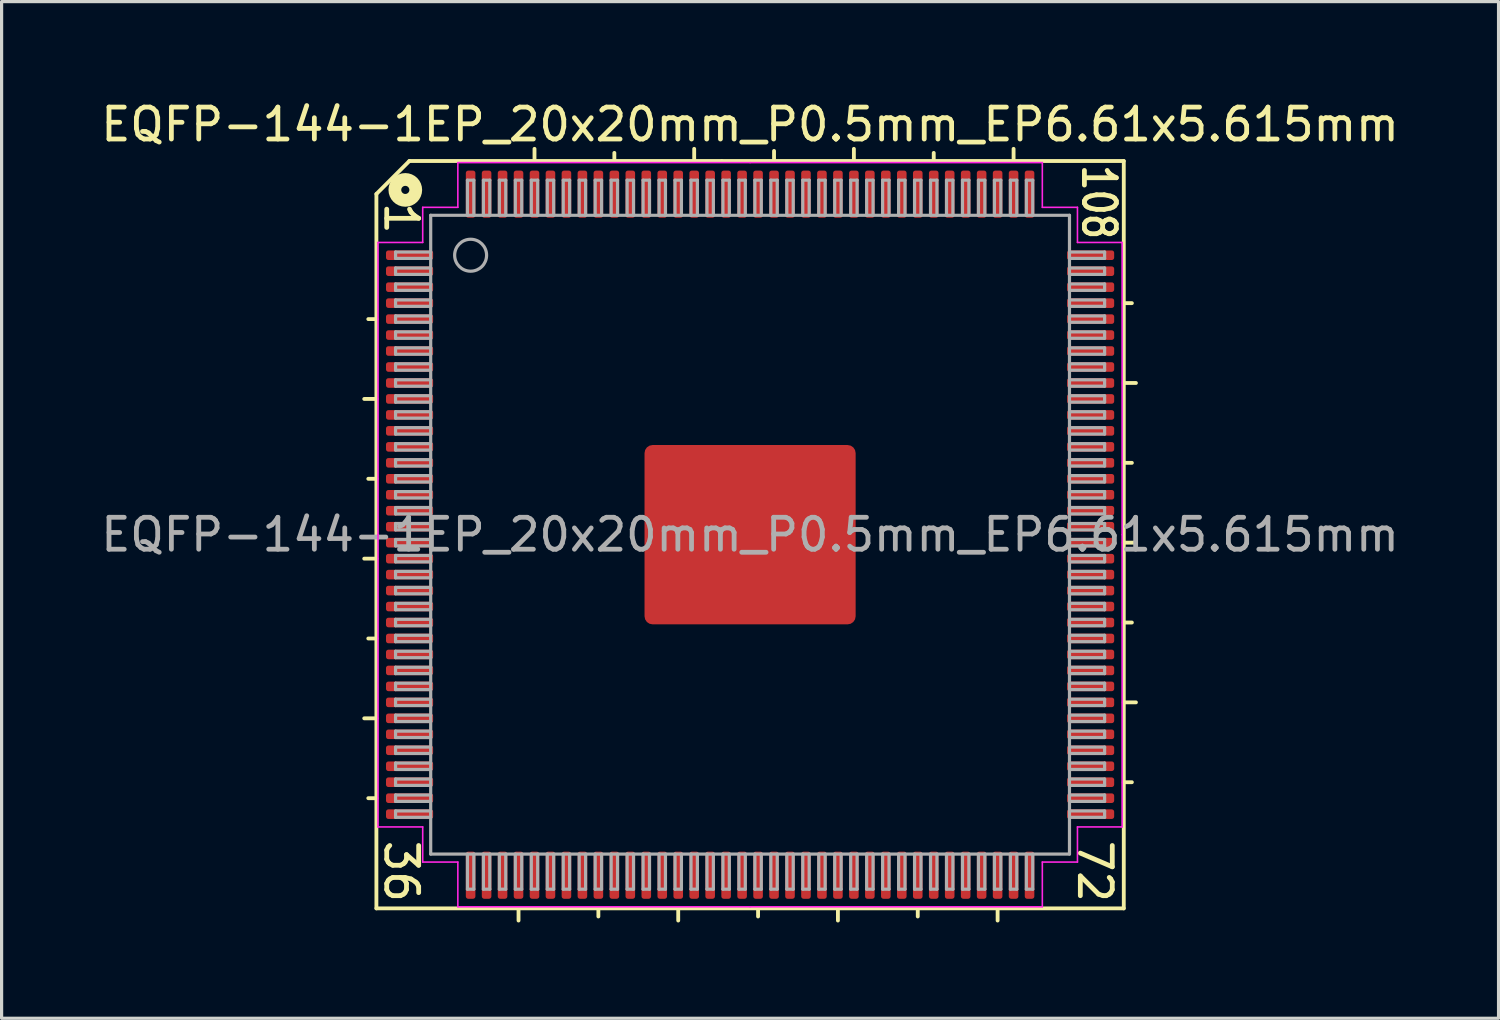
<source format=kicad_pcb>
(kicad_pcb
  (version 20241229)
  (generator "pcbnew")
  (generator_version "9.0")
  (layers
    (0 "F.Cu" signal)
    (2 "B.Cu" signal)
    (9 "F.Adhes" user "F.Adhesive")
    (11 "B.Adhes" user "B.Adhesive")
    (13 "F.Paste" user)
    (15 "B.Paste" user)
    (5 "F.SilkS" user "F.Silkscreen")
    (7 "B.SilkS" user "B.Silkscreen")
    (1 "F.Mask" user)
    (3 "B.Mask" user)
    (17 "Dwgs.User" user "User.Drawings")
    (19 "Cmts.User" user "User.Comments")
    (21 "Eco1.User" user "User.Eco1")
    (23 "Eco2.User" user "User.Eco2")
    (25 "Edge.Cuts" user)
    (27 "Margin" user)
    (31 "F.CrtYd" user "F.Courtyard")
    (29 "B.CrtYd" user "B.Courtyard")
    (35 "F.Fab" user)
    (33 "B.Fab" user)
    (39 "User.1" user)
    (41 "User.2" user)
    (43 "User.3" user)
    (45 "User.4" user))
  (footprint "EQFP-144-1EP_20x20mm_P0.5mm_EP6.61x5.615mm"
    (layer "F.Cu")
    (at 20.435 13.691)
    (property "Reference" "EQFP-144-1EP_20x20mm_P0.5mm_EP6.61x5.615mm" (at 0 -12.843 0) (layer "F.SilkS") (effects (font (size 1 1) (thickness 0.15))))
    (attr smd)
    (fp_line (start -11.7 -10.668) (end -11.7 11.7) (stroke (width 0.12) (type solid)) (layer "F.SilkS"))
    (fp_line (start -11.7 -6.75) (end -11.954 -6.75) (stroke (width 0.12) (type solid)) (layer "F.SilkS"))
    (fp_line (start -11.7 -4.25) (end -12.081 -4.25) (stroke (width 0.12) (type solid)) (layer "F.SilkS"))
    (fp_line (start -11.7 -1.75) (end -11.954 -1.75) (stroke (width 0.12) (type solid)) (layer "F.SilkS"))
    (fp_line (start -11.7 0.75) (end -12.081 0.75) (stroke (width 0.12) (type solid)) (layer "F.SilkS"))
    (fp_line (start -11.7 3.25) (end -11.954 3.25) (stroke (width 0.12) (type solid)) (layer "F.SilkS"))
    (fp_line (start -11.7 5.75) (end -12.081 5.75) (stroke (width 0.12) (type solid)) (layer "F.SilkS"))
    (fp_line (start -11.7 8.25) (end -11.954 8.25) (stroke (width 0.12) (type solid)) (layer "F.SilkS"))
    (fp_line (start -11.7 11.7) (end 11.7 11.7) (stroke (width 0.12) (type solid)) (layer "F.SilkS"))
    (fp_line (start -10.668 -11.7) (end -11.7 -10.668) (stroke (width 0.12) (type solid)) (layer "F.SilkS"))
    (fp_line (start -7.25 11.7) (end -7.25 12.081) (stroke (width 0.12) (type solid)) (layer "F.SilkS"))
    (fp_line (start -6.75 -11.7) (end -6.75 -12.081) (stroke (width 0.12) (type solid)) (layer "F.SilkS"))
    (fp_line (start -4.75 11.7) (end -4.75 11.954) (stroke (width 0.12) (type solid)) (layer "F.SilkS"))
    (fp_line (start -4.25 -11.7) (end -4.25 -11.954) (stroke (width 0.12) (type solid)) (layer "F.SilkS"))
    (fp_line (start -2.25 11.7) (end -2.25 12.081) (stroke (width 0.12) (type solid)) (layer "F.SilkS"))
    (fp_line (start -1.75 -11.7) (end -1.75 -12.081) (stroke (width 0.12) (type solid)) (layer "F.SilkS"))
    (fp_line (start -0.889 -11.7) (end -10.668 -11.7) (stroke (width 0.12) (type solid)) (layer "F.SilkS"))
    (fp_line (start 0.25 11.7) (end 0.25 11.954) (stroke (width 0.12) (type solid)) (layer "F.SilkS"))
    (fp_line (start 0.75 -11.766) (end 0.75 -12.016) (stroke (width 0.12) (type solid)) (layer "F.SilkS"))
    (fp_line (start 2.75 11.7) (end 2.75 12.081) (stroke (width 0.12) (type solid)) (layer "F.SilkS"))
    (fp_line (start 3.25 -11.7) (end 3.25 -12.081) (stroke (width 0.12) (type solid)) (layer "F.SilkS"))
    (fp_line (start 5.25 11.7) (end 5.25 11.954) (stroke (width 0.12) (type solid)) (layer "F.SilkS"))
    (fp_line (start 5.75 -11.7) (end 5.75 -11.954) (stroke (width 0.12) (type solid)) (layer "F.SilkS"))
    (fp_line (start 7.75 11.7) (end 7.75 12.081) (stroke (width 0.12) (type solid)) (layer "F.SilkS"))
    (fp_line (start 8.25 -11.7) (end 8.25 -12.081) (stroke (width 0.12) (type solid)) (layer "F.SilkS"))
    (fp_line (start 11.7 -11.7) (end -0.889 -11.7) (stroke (width 0.12) (type solid)) (layer "F.SilkS"))
    (fp_line (start 11.7 -7.25) (end 11.954 -7.25) (stroke (width 0.12) (type solid)) (layer "F.SilkS"))
    (fp_line (start 11.7 -4.75) (end 12.081 -4.75) (stroke (width 0.12) (type solid)) (layer "F.SilkS"))
    (fp_line (start 11.7 -2.25) (end 11.954 -2.25) (stroke (width 0.12) (type solid)) (layer "F.SilkS"))
    (fp_line (start 11.7 0.25) (end 12.081 0.25) (stroke (width 0.12) (type solid)) (layer "F.SilkS"))
    (fp_line (start 11.7 2.75) (end 11.954 2.75) (stroke (width 0.12) (type solid)) (layer "F.SilkS"))
    (fp_line (start 11.7 5.25) (end 12.081 5.25) (stroke (width 0.12) (type solid)) (layer "F.SilkS"))
    (fp_line (start 11.7 7.75) (end 11.954 7.75) (stroke (width 0.12) (type solid)) (layer "F.SilkS"))
    (fp_line (start 11.7 11.7) (end 11.7 -11.7) (stroke (width 0.12) (type solid)) (layer "F.SilkS"))
    (fp_circle (center -10.795 -10.795) (end -10.668 -10.795) (stroke (width 0.4) (type solid)) (fill no) (layer "F.SilkS"))
    (fp_line (start -11.65 -9.15) (end -11.65 0) (stroke (width 0.05) (type solid)) (layer "F.CrtYd"))
    (fp_line (start -11.65 9.15) (end -11.65 0) (stroke (width 0.05) (type solid)) (layer "F.CrtYd"))
    (fp_line (start -10.25 -10.25) (end -10.25 -9.15) (stroke (width 0.05) (type solid)) (layer "F.CrtYd"))
    (fp_line (start -10.25 -9.15) (end -11.65 -9.15) (stroke (width 0.05) (type solid)) (layer "F.CrtYd"))
    (fp_line (start -10.25 9.15) (end -11.65 9.15) (stroke (width 0.05) (type solid)) (layer "F.CrtYd"))
    (fp_line (start -10.25 10.25) (end -10.25 9.15) (stroke (width 0.05) (type solid)) (layer "F.CrtYd"))
    (fp_line (start -9.15 -11.65) (end -9.15 -10.25) (stroke (width 0.05) (type solid)) (layer "F.CrtYd"))
    (fp_line (start -9.15 -10.25) (end -10.25 -10.25) (stroke (width 0.05) (type solid)) (layer "F.CrtYd"))
    (fp_line (start -9.15 10.25) (end -10.25 10.25) (stroke (width 0.05) (type solid)) (layer "F.CrtYd"))
    (fp_line (start -9.15 11.65) (end -9.15 10.25) (stroke (width 0.05) (type solid)) (layer "F.CrtYd"))
    (fp_line (start 0 -11.65) (end -9.15 -11.65) (stroke (width 0.05) (type solid)) (layer "F.CrtYd"))
    (fp_line (start 0 -11.65) (end 9.15 -11.65) (stroke (width 0.05) (type solid)) (layer "F.CrtYd"))
    (fp_line (start 0 11.65) (end -9.15 11.65) (stroke (width 0.05) (type solid)) (layer "F.CrtYd"))
    (fp_line (start 0 11.65) (end 9.15 11.65) (stroke (width 0.05) (type solid)) (layer "F.CrtYd"))
    (fp_line (start 9.15 -11.65) (end 9.15 -10.25) (stroke (width 0.05) (type solid)) (layer "F.CrtYd"))
    (fp_line (start 9.15 -10.25) (end 10.25 -10.25) (stroke (width 0.05) (type solid)) (layer "F.CrtYd"))
    (fp_line (start 9.15 10.25) (end 10.25 10.25) (stroke (width 0.05) (type solid)) (layer "F.CrtYd"))
    (fp_line (start 9.15 11.65) (end 9.15 10.25) (stroke (width 0.05) (type solid)) (layer "F.CrtYd"))
    (fp_line (start 10.25 -10.25) (end 10.25 -9.15) (stroke (width 0.05) (type solid)) (layer "F.CrtYd"))
    (fp_line (start 10.25 -9.15) (end 11.65 -9.15) (stroke (width 0.05) (type solid)) (layer "F.CrtYd"))
    (fp_line (start 10.25 9.15) (end 11.65 9.15) (stroke (width 0.05) (type solid)) (layer "F.CrtYd"))
    (fp_line (start 10.25 10.25) (end 10.25 9.15) (stroke (width 0.05) (type solid)) (layer "F.CrtYd"))
    (fp_line (start 11.65 -9.15) (end 11.65 0) (stroke (width 0.05) (type solid)) (layer "F.CrtYd"))
    (fp_line (start 11.65 9.15) (end 11.65 0) (stroke (width 0.05) (type solid)) (layer "F.CrtYd"))
    (fp_line (start -11.1 -8.85) (end -11.1 -8.65) (stroke (width 0.1) (type solid)) (layer "F.Fab"))
    (fp_line (start -11.1 -8.85) (end -10 -8.85) (stroke (width 0.1) (type solid)) (layer "F.Fab"))
    (fp_line (start -11.1 -8.65) (end -10 -8.65) (stroke (width 0.1) (type solid)) (layer "F.Fab"))
    (fp_line (start -11.1 -8.35) (end -11.1 -8.15) (stroke (width 0.1) (type solid)) (layer "F.Fab"))
    (fp_line (start -11.1 -8.35) (end -10 -8.35) (stroke (width 0.1) (type solid)) (layer "F.Fab"))
    (fp_line (start -11.1 -8.15) (end -10 -8.15) (stroke (width 0.1) (type solid)) (layer "F.Fab"))
    (fp_line (start -11.1 -7.85) (end -11.1 -7.65) (stroke (width 0.1) (type solid)) (layer "F.Fab"))
    (fp_line (start -11.1 -7.85) (end -10 -7.85) (stroke (width 0.1) (type solid)) (layer "F.Fab"))
    (fp_line (start -11.1 -7.65) (end -10 -7.65) (stroke (width 0.1) (type solid)) (layer "F.Fab"))
    (fp_line (start -11.1 -7.35) (end -11.1 -7.15) (stroke (width 0.1) (type solid)) (layer "F.Fab"))
    (fp_line (start -11.1 -7.35) (end -10 -7.35) (stroke (width 0.1) (type solid)) (layer "F.Fab"))
    (fp_line (start -11.1 -7.15) (end -10 -7.15) (stroke (width 0.1) (type solid)) (layer "F.Fab"))
    (fp_line (start -11.1 -6.85) (end -11.1 -6.65) (stroke (width 0.1) (type solid)) (layer "F.Fab"))
    (fp_line (start -11.1 -6.85) (end -10 -6.85) (stroke (width 0.1) (type solid)) (layer "F.Fab"))
    (fp_line (start -11.1 -6.65) (end -10 -6.65) (stroke (width 0.1) (type solid)) (layer "F.Fab"))
    (fp_line (start -11.1 -6.35) (end -11.1 -6.15) (stroke (width 0.1) (type solid)) (layer "F.Fab"))
    (fp_line (start -11.1 -6.35) (end -10 -6.35) (stroke (width 0.1) (type solid)) (layer "F.Fab"))
    (fp_line (start -11.1 -6.15) (end -10 -6.15) (stroke (width 0.1) (type solid)) (layer "F.Fab"))
    (fp_line (start -11.1 -5.85) (end -11.1 -5.65) (stroke (width 0.1) (type solid)) (layer "F.Fab"))
    (fp_line (start -11.1 -5.85) (end -10 -5.85) (stroke (width 0.1) (type solid)) (layer "F.Fab"))
    (fp_line (start -11.1 -5.65) (end -10 -5.65) (stroke (width 0.1) (type solid)) (layer "F.Fab"))
    (fp_line (start -11.1 -5.35) (end -11.1 -5.15) (stroke (width 0.1) (type solid)) (layer "F.Fab"))
    (fp_line (start -11.1 -5.35) (end -10 -5.35) (stroke (width 0.1) (type solid)) (layer "F.Fab"))
    (fp_line (start -11.1 -5.15) (end -10 -5.15) (stroke (width 0.1) (type solid)) (layer "F.Fab"))
    (fp_line (start -11.1 -4.85) (end -11.1 -4.65) (stroke (width 0.1) (type solid)) (layer "F.Fab"))
    (fp_line (start -11.1 -4.85) (end -10 -4.85) (stroke (width 0.1) (type solid)) (layer "F.Fab"))
    (fp_line (start -11.1 -4.65) (end -10 -4.65) (stroke (width 0.1) (type solid)) (layer "F.Fab"))
    (fp_line (start -11.1 -4.35) (end -11.1 -4.15) (stroke (width 0.1) (type solid)) (layer "F.Fab"))
    (fp_line (start -11.1 -4.35) (end -10 -4.35) (stroke (width 0.1) (type solid)) (layer "F.Fab"))
    (fp_line (start -11.1 -4.15) (end -10 -4.15) (stroke (width 0.1) (type solid)) (layer "F.Fab"))
    (fp_line (start -11.1 -3.85) (end -11.1 -3.65) (stroke (width 0.1) (type solid)) (layer "F.Fab"))
    (fp_line (start -11.1 -3.85) (end -10 -3.85) (stroke (width 0.1) (type solid)) (layer "F.Fab"))
    (fp_line (start -11.1 -3.65) (end -10 -3.65) (stroke (width 0.1) (type solid)) (layer "F.Fab"))
    (fp_line (start -11.1 -3.35) (end -11.1 -3.15) (stroke (width 0.1) (type solid)) (layer "F.Fab"))
    (fp_line (start -11.1 -3.35) (end -10 -3.35) (stroke (width 0.1) (type solid)) (layer "F.Fab"))
    (fp_line (start -11.1 -3.15) (end -10 -3.15) (stroke (width 0.1) (type solid)) (layer "F.Fab"))
    (fp_line (start -11.1 -2.85) (end -11.1 -2.65) (stroke (width 0.1) (type solid)) (layer "F.Fab"))
    (fp_line (start -11.1 -2.85) (end -10 -2.85) (stroke (width 0.1) (type solid)) (layer "F.Fab"))
    (fp_line (start -11.1 -2.65) (end -10 -2.65) (stroke (width 0.1) (type solid)) (layer "F.Fab"))
    (fp_line (start -11.1 -2.35) (end -11.1 -2.15) (stroke (width 0.1) (type solid)) (layer "F.Fab"))
    (fp_line (start -11.1 -2.35) (end -10 -2.35) (stroke (width 0.1) (type solid)) (layer "F.Fab"))
    (fp_line (start -11.1 -2.15) (end -10 -2.15) (stroke (width 0.1) (type solid)) (layer "F.Fab"))
    (fp_line (start -11.1 -1.85) (end -11.1 -1.65) (stroke (width 0.1) (type solid)) (layer "F.Fab"))
    (fp_line (start -11.1 -1.85) (end -10 -1.85) (stroke (width 0.1) (type solid)) (layer "F.Fab"))
    (fp_line (start -11.1 -1.65) (end -10 -1.65) (stroke (width 0.1) (type solid)) (layer "F.Fab"))
    (fp_line (start -11.1 -1.35) (end -11.1 -1.15) (stroke (width 0.1) (type solid)) (layer "F.Fab"))
    (fp_line (start -11.1 -1.35) (end -10 -1.35) (stroke (width 0.1) (type solid)) (layer "F.Fab"))
    (fp_line (start -11.1 -1.15) (end -10 -1.15) (stroke (width 0.1) (type solid)) (layer "F.Fab"))
    (fp_line (start -11.1 -0.85) (end -11.1 -0.65) (stroke (width 0.1) (type solid)) (layer "F.Fab"))
    (fp_line (start -11.1 -0.85) (end -10 -0.85) (stroke (width 0.1) (type solid)) (layer "F.Fab"))
    (fp_line (start -11.1 -0.65) (end -10 -0.65) (stroke (width 0.1) (type solid)) (layer "F.Fab"))
    (fp_line (start -11.1 -0.35) (end -11.1 -0.15) (stroke (width 0.1) (type solid)) (layer "F.Fab"))
    (fp_line (start -11.1 -0.35) (end -10 -0.35) (stroke (width 0.1) (type solid)) (layer "F.Fab"))
    (fp_line (start -11.1 -0.15) (end -10 -0.15) (stroke (width 0.1) (type solid)) (layer "F.Fab"))
    (fp_line (start -11.1 0.15) (end -11.1 0.35) (stroke (width 0.1) (type solid)) (layer "F.Fab"))
    (fp_line (start -11.1 0.15) (end -10 0.15) (stroke (width 0.1) (type solid)) (layer "F.Fab"))
    (fp_line (start -11.1 0.35) (end -10 0.35) (stroke (width 0.1) (type solid)) (layer "F.Fab"))
    (fp_line (start -11.1 0.65) (end -11.1 0.85) (stroke (width 0.1) (type solid)) (layer "F.Fab"))
    (fp_line (start -11.1 0.65) (end -10 0.65) (stroke (width 0.1) (type solid)) (layer "F.Fab"))
    (fp_line (start -11.1 0.85) (end -10 0.85) (stroke (width 0.1) (type solid)) (layer "F.Fab"))
    (fp_line (start -11.1 1.15) (end -11.1 1.35) (stroke (width 0.1) (type solid)) (layer "F.Fab"))
    (fp_line (start -11.1 1.15) (end -10 1.15) (stroke (width 0.1) (type solid)) (layer "F.Fab"))
    (fp_line (start -11.1 1.35) (end -10 1.35) (stroke (width 0.1) (type solid)) (layer "F.Fab"))
    (fp_line (start -11.1 1.65) (end -11.1 1.85) (stroke (width 0.1) (type solid)) (layer "F.Fab"))
    (fp_line (start -11.1 1.65) (end -10 1.65) (stroke (width 0.1) (type solid)) (layer "F.Fab"))
    (fp_line (start -11.1 1.85) (end -10 1.85) (stroke (width 0.1) (type solid)) (layer "F.Fab"))
    (fp_line (start -11.1 2.15) (end -11.1 2.35) (stroke (width 0.1) (type solid)) (layer "F.Fab"))
    (fp_line (start -11.1 2.15) (end -10 2.15) (stroke (width 0.1) (type solid)) (layer "F.Fab"))
    (fp_line (start -11.1 2.35) (end -10 2.35) (stroke (width 0.1) (type solid)) (layer "F.Fab"))
    (fp_line (start -11.1 2.65) (end -11.1 2.85) (stroke (width 0.1) (type solid)) (layer "F.Fab"))
    (fp_line (start -11.1 2.65) (end -10 2.65) (stroke (width 0.1) (type solid)) (layer "F.Fab"))
    (fp_line (start -11.1 2.85) (end -10 2.85) (stroke (width 0.1) (type solid)) (layer "F.Fab"))
    (fp_line (start -11.1 3.15) (end -11.1 3.35) (stroke (width 0.1) (type solid)) (layer "F.Fab"))
    (fp_line (start -11.1 3.15) (end -10 3.15) (stroke (width 0.1) (type solid)) (layer "F.Fab"))
    (fp_line (start -11.1 3.35) (end -10 3.35) (stroke (width 0.1) (type solid)) (layer "F.Fab"))
    (fp_line (start -11.1 3.65) (end -11.1 3.85) (stroke (width 0.1) (type solid)) (layer "F.Fab"))
    (fp_line (start -11.1 3.65) (end -10 3.65) (stroke (width 0.1) (type solid)) (layer "F.Fab"))
    (fp_line (start -11.1 3.85) (end -10 3.85) (stroke (width 0.1) (type solid)) (layer "F.Fab"))
    (fp_line (start -11.1 4.15) (end -11.1 4.35) (stroke (width 0.1) (type solid)) (layer "F.Fab"))
    (fp_line (start -11.1 4.15) (end -10 4.15) (stroke (width 0.1) (type solid)) (layer "F.Fab"))
    (fp_line (start -11.1 4.35) (end -10 4.35) (stroke (width 0.1) (type solid)) (layer "F.Fab"))
    (fp_line (start -11.1 4.65) (end -11.1 4.85) (stroke (width 0.1) (type solid)) (layer "F.Fab"))
    (fp_line (start -11.1 4.65) (end -10 4.65) (stroke (width 0.1) (type solid)) (layer "F.Fab"))
    (fp_line (start -11.1 4.85) (end -10 4.85) (stroke (width 0.1) (type solid)) (layer "F.Fab"))
    (fp_line (start -11.1 5.15) (end -11.1 5.35) (stroke (width 0.1) (type solid)) (layer "F.Fab"))
    (fp_line (start -11.1 5.15) (end -10 5.15) (stroke (width 0.1) (type solid)) (layer "F.Fab"))
    (fp_line (start -11.1 5.35) (end -10 5.35) (stroke (width 0.1) (type solid)) (layer "F.Fab"))
    (fp_line (start -11.1 5.65) (end -11.1 5.85) (stroke (width 0.1) (type solid)) (layer "F.Fab"))
    (fp_line (start -11.1 5.65) (end -10 5.65) (stroke (width 0.1) (type solid)) (layer "F.Fab"))
    (fp_line (start -11.1 5.85) (end -10 5.85) (stroke (width 0.1) (type solid)) (layer "F.Fab"))
    (fp_line (start -11.1 6.15) (end -11.1 6.35) (stroke (width 0.1) (type solid)) (layer "F.Fab"))
    (fp_line (start -11.1 6.15) (end -10 6.15) (stroke (width 0.1) (type solid)) (layer "F.Fab"))
    (fp_line (start -11.1 6.35) (end -10 6.35) (stroke (width 0.1) (type solid)) (layer "F.Fab"))
    (fp_line (start -11.1 6.65) (end -11.1 6.85) (stroke (width 0.1) (type solid)) (layer "F.Fab"))
    (fp_line (start -11.1 6.65) (end -10 6.65) (stroke (width 0.1) (type solid)) (layer "F.Fab"))
    (fp_line (start -11.1 6.85) (end -10 6.85) (stroke (width 0.1) (type solid)) (layer "F.Fab"))
    (fp_line (start -11.1 7.15) (end -11.1 7.35) (stroke (width 0.1) (type solid)) (layer "F.Fab"))
    (fp_line (start -11.1 7.15) (end -10 7.15) (stroke (width 0.1) (type solid)) (layer "F.Fab"))
    (fp_line (start -11.1 7.35) (end -10 7.35) (stroke (width 0.1) (type solid)) (layer "F.Fab"))
    (fp_line (start -11.1 7.65) (end -11.1 7.85) (stroke (width 0.1) (type solid)) (layer "F.Fab"))
    (fp_line (start -11.1 7.65) (end -10 7.65) (stroke (width 0.1) (type solid)) (layer "F.Fab"))
    (fp_line (start -11.1 7.85) (end -10 7.85) (stroke (width 0.1) (type solid)) (layer "F.Fab"))
    (fp_line (start -11.1 8.15) (end -11.1 8.35) (stroke (width 0.1) (type solid)) (layer "F.Fab"))
    (fp_line (start -11.1 8.15) (end -10 8.15) (stroke (width 0.1) (type solid)) (layer "F.Fab"))
    (fp_line (start -11.1 8.35) (end -10 8.35) (stroke (width 0.1) (type solid)) (layer "F.Fab"))
    (fp_line (start -11.1 8.65) (end -11.1 8.85) (stroke (width 0.1) (type solid)) (layer "F.Fab"))
    (fp_line (start -11.1 8.65) (end -10 8.65) (stroke (width 0.1) (type solid)) (layer "F.Fab"))
    (fp_line (start -11.1 8.85) (end -10 8.85) (stroke (width 0.1) (type solid)) (layer "F.Fab"))
    (fp_line (start -10 -10) (end 10 -10) (stroke (width 0.1) (type solid)) (layer "F.Fab"))
    (fp_line (start -10 10) (end -10 -10) (stroke (width 0.1) (type solid)) (layer "F.Fab"))
    (fp_line (start -8.85 -11.1) (end -8.85 -10) (stroke (width 0.1) (type solid)) (layer "F.Fab"))
    (fp_line (start -8.85 11.1) (end -8.85 10) (stroke (width 0.1) (type solid)) (layer "F.Fab"))
    (fp_line (start -8.85 11.1) (end -8.65 11.1) (stroke (width 0.1) (type solid)) (layer "F.Fab"))
    (fp_line (start -8.65 -11.1) (end -8.85 -11.1) (stroke (width 0.1) (type solid)) (layer "F.Fab"))
    (fp_line (start -8.65 -11.1) (end -8.65 -10) (stroke (width 0.1) (type solid)) (layer "F.Fab"))
    (fp_line (start -8.65 11.1) (end -8.65 10) (stroke (width 0.1) (type solid)) (layer "F.Fab"))
    (fp_line (start -8.35 -11.1) (end -8.35 -10) (stroke (width 0.1) (type solid)) (layer "F.Fab"))
    (fp_line (start -8.35 11.1) (end -8.35 10) (stroke (width 0.1) (type solid)) (layer "F.Fab"))
    (fp_line (start -8.35 11.1) (end -8.15 11.1) (stroke (width 0.1) (type solid)) (layer "F.Fab"))
    (fp_line (start -8.15 -11.1) (end -8.35 -11.1) (stroke (width 0.1) (type solid)) (layer "F.Fab"))
    (fp_line (start -8.15 -11.1) (end -8.15 -10) (stroke (width 0.1) (type solid)) (layer "F.Fab"))
    (fp_line (start -8.15 11.1) (end -8.15 10) (stroke (width 0.1) (type solid)) (layer "F.Fab"))
    (fp_line (start -7.85 -11.1) (end -7.85 -10) (stroke (width 0.1) (type solid)) (layer "F.Fab"))
    (fp_line (start -7.85 11.1) (end -7.85 10) (stroke (width 0.1) (type solid)) (layer "F.Fab"))
    (fp_line (start -7.85 11.1) (end -7.65 11.1) (stroke (width 0.1) (type solid)) (layer "F.Fab"))
    (fp_line (start -7.65 -11.1) (end -7.85 -11.1) (stroke (width 0.1) (type solid)) (layer "F.Fab"))
    (fp_line (start -7.65 -11.1) (end -7.65 -10) (stroke (width 0.1) (type solid)) (layer "F.Fab"))
    (fp_line (start -7.65 11.1) (end -7.65 10) (stroke (width 0.1) (type solid)) (layer "F.Fab"))
    (fp_line (start -7.35 -11.1) (end -7.35 -10) (stroke (width 0.1) (type solid)) (layer "F.Fab"))
    (fp_line (start -7.35 11.1) (end -7.35 10) (stroke (width 0.1) (type solid)) (layer "F.Fab"))
    (fp_line (start -7.35 11.1) (end -7.15 11.1) (stroke (width 0.1) (type solid)) (layer "F.Fab"))
    (fp_line (start -7.15 -11.1) (end -7.35 -11.1) (stroke (width 0.1) (type solid)) (layer "F.Fab"))
    (fp_line (start -7.15 -11.1) (end -7.15 -10) (stroke (width 0.1) (type solid)) (layer "F.Fab"))
    (fp_line (start -7.15 11.1) (end -7.15 10) (stroke (width 0.1) (type solid)) (layer "F.Fab"))
    (fp_line (start -6.85 -11.1) (end -6.85 -10) (stroke (width 0.1) (type solid)) (layer "F.Fab"))
    (fp_line (start -6.85 11.1) (end -6.85 10) (stroke (width 0.1) (type solid)) (layer "F.Fab"))
    (fp_line (start -6.85 11.1) (end -6.65 11.1) (stroke (width 0.1) (type solid)) (layer "F.Fab"))
    (fp_line (start -6.65 -11.1) (end -6.85 -11.1) (stroke (width 0.1) (type solid)) (layer "F.Fab"))
    (fp_line (start -6.65 -11.1) (end -6.65 -10) (stroke (width 0.1) (type solid)) (layer "F.Fab"))
    (fp_line (start -6.65 11.1) (end -6.65 10) (stroke (width 0.1) (type solid)) (layer "F.Fab"))
    (fp_line (start -6.35 -11.1) (end -6.35 -10) (stroke (width 0.1) (type solid)) (layer "F.Fab"))
    (fp_line (start -6.35 11.1) (end -6.35 10) (stroke (width 0.1) (type solid)) (layer "F.Fab"))
    (fp_line (start -6.35 11.1) (end -6.15 11.1) (stroke (width 0.1) (type solid)) (layer "F.Fab"))
    (fp_line (start -6.15 -11.1) (end -6.35 -11.1) (stroke (width 0.1) (type solid)) (layer "F.Fab"))
    (fp_line (start -6.15 -11.1) (end -6.15 -10) (stroke (width 0.1) (type solid)) (layer "F.Fab"))
    (fp_line (start -6.15 11.1) (end -6.15 10) (stroke (width 0.1) (type solid)) (layer "F.Fab"))
    (fp_line (start -5.85 -11.1) (end -5.85 -10) (stroke (width 0.1) (type solid)) (layer "F.Fab"))
    (fp_line (start -5.85 11.1) (end -5.85 10) (stroke (width 0.1) (type solid)) (layer "F.Fab"))
    (fp_line (start -5.85 11.1) (end -5.65 11.1) (stroke (width 0.1) (type solid)) (layer "F.Fab"))
    (fp_line (start -5.65 -11.1) (end -5.85 -11.1) (stroke (width 0.1) (type solid)) (layer "F.Fab"))
    (fp_line (start -5.65 -11.1) (end -5.65 -10) (stroke (width 0.1) (type solid)) (layer "F.Fab"))
    (fp_line (start -5.65 11.1) (end -5.65 10) (stroke (width 0.1) (type solid)) (layer "F.Fab"))
    (fp_line (start -5.35 -11.1) (end -5.35 -10) (stroke (width 0.1) (type solid)) (layer "F.Fab"))
    (fp_line (start -5.35 11.1) (end -5.35 10) (stroke (width 0.1) (type solid)) (layer "F.Fab"))
    (fp_line (start -5.35 11.1) (end -5.15 11.1) (stroke (width 0.1) (type solid)) (layer "F.Fab"))
    (fp_line (start -5.15 -11.1) (end -5.35 -11.1) (stroke (width 0.1) (type solid)) (layer "F.Fab"))
    (fp_line (start -5.15 -11.1) (end -5.15 -10) (stroke (width 0.1) (type solid)) (layer "F.Fab"))
    (fp_line (start -5.15 11.1) (end -5.15 10) (stroke (width 0.1) (type solid)) (layer "F.Fab"))
    (fp_line (start -4.85 -11.1) (end -4.85 -10) (stroke (width 0.1) (type solid)) (layer "F.Fab"))
    (fp_line (start -4.85 11.1) (end -4.85 10) (stroke (width 0.1) (type solid)) (layer "F.Fab"))
    (fp_line (start -4.85 11.1) (end -4.65 11.1) (stroke (width 0.1) (type solid)) (layer "F.Fab"))
    (fp_line (start -4.65 -11.1) (end -4.85 -11.1) (stroke (width 0.1) (type solid)) (layer "F.Fab"))
    (fp_line (start -4.65 -11.1) (end -4.65 -10) (stroke (width 0.1) (type solid)) (layer "F.Fab"))
    (fp_line (start -4.65 11.1) (end -4.65 10) (stroke (width 0.1) (type solid)) (layer "F.Fab"))
    (fp_line (start -4.35 -11.1) (end -4.35 -10) (stroke (width 0.1) (type solid)) (layer "F.Fab"))
    (fp_line (start -4.35 11.1) (end -4.35 10) (stroke (width 0.1) (type solid)) (layer "F.Fab"))
    (fp_line (start -4.35 11.1) (end -4.15 11.1) (stroke (width 0.1) (type solid)) (layer "F.Fab"))
    (fp_line (start -4.15 -11.1) (end -4.35 -11.1) (stroke (width 0.1) (type solid)) (layer "F.Fab"))
    (fp_line (start -4.15 -11.1) (end -4.15 -10) (stroke (width 0.1) (type solid)) (layer "F.Fab"))
    (fp_line (start -4.15 11.1) (end -4.15 10) (stroke (width 0.1) (type solid)) (layer "F.Fab"))
    (fp_line (start -3.85 -11.1) (end -3.85 -10) (stroke (width 0.1) (type solid)) (layer "F.Fab"))
    (fp_line (start -3.85 11.1) (end -3.85 10) (stroke (width 0.1) (type solid)) (layer "F.Fab"))
    (fp_line (start -3.85 11.1) (end -3.65 11.1) (stroke (width 0.1) (type solid)) (layer "F.Fab"))
    (fp_line (start -3.65 -11.1) (end -3.85 -11.1) (stroke (width 0.1) (type solid)) (layer "F.Fab"))
    (fp_line (start -3.65 -11.1) (end -3.65 -10) (stroke (width 0.1) (type solid)) (layer "F.Fab"))
    (fp_line (start -3.65 11.1) (end -3.65 10) (stroke (width 0.1) (type solid)) (layer "F.Fab"))
    (fp_line (start -3.35 -11.1) (end -3.35 -10) (stroke (width 0.1) (type solid)) (layer "F.Fab"))
    (fp_line (start -3.35 11.1) (end -3.35 10) (stroke (width 0.1) (type solid)) (layer "F.Fab"))
    (fp_line (start -3.35 11.1) (end -3.15 11.1) (stroke (width 0.1) (type solid)) (layer "F.Fab"))
    (fp_line (start -3.15 -11.1) (end -3.35 -11.1) (stroke (width 0.1) (type solid)) (layer "F.Fab"))
    (fp_line (start -3.15 -11.1) (end -3.15 -10) (stroke (width 0.1) (type solid)) (layer "F.Fab"))
    (fp_line (start -3.15 11.1) (end -3.15 10) (stroke (width 0.1) (type solid)) (layer "F.Fab"))
    (fp_line (start -2.85 -11.1) (end -2.85 -10) (stroke (width 0.1) (type solid)) (layer "F.Fab"))
    (fp_line (start -2.85 11.1) (end -2.85 10) (stroke (width 0.1) (type solid)) (layer "F.Fab"))
    (fp_line (start -2.85 11.1) (end -2.65 11.1) (stroke (width 0.1) (type solid)) (layer "F.Fab"))
    (fp_line (start -2.65 -11.1) (end -2.85 -11.1) (stroke (width 0.1) (type solid)) (layer "F.Fab"))
    (fp_line (start -2.65 -11.1) (end -2.65 -10) (stroke (width 0.1) (type solid)) (layer "F.Fab"))
    (fp_line (start -2.65 11.1) (end -2.65 10) (stroke (width 0.1) (type solid)) (layer "F.Fab"))
    (fp_line (start -2.35 -11.1) (end -2.35 -10) (stroke (width 0.1) (type solid)) (layer "F.Fab"))
    (fp_line (start -2.35 11.1) (end -2.35 10) (stroke (width 0.1) (type solid)) (layer "F.Fab"))
    (fp_line (start -2.35 11.1) (end -2.15 11.1) (stroke (width 0.1) (type solid)) (layer "F.Fab"))
    (fp_line (start -2.15 -11.1) (end -2.35 -11.1) (stroke (width 0.1) (type solid)) (layer "F.Fab"))
    (fp_line (start -2.15 -11.1) (end -2.15 -10) (stroke (width 0.1) (type solid)) (layer "F.Fab"))
    (fp_line (start -2.15 11.1) (end -2.15 10) (stroke (width 0.1) (type solid)) (layer "F.Fab"))
    (fp_line (start -1.85 -11.1) (end -1.85 -10) (stroke (width 0.1) (type solid)) (layer "F.Fab"))
    (fp_line (start -1.85 11.1) (end -1.85 10) (stroke (width 0.1) (type solid)) (layer "F.Fab"))
    (fp_line (start -1.85 11.1) (end -1.65 11.1) (stroke (width 0.1) (type solid)) (layer "F.Fab"))
    (fp_line (start -1.65 -11.1) (end -1.85 -11.1) (stroke (width 0.1) (type solid)) (layer "F.Fab"))
    (fp_line (start -1.65 -11.1) (end -1.65 -10) (stroke (width 0.1) (type solid)) (layer "F.Fab"))
    (fp_line (start -1.65 11.1) (end -1.65 10) (stroke (width 0.1) (type solid)) (layer "F.Fab"))
    (fp_line (start -1.35 -11.1) (end -1.35 -10) (stroke (width 0.1) (type solid)) (layer "F.Fab"))
    (fp_line (start -1.35 11.1) (end -1.35 10) (stroke (width 0.1) (type solid)) (layer "F.Fab"))
    (fp_line (start -1.35 11.1) (end -1.15 11.1) (stroke (width 0.1) (type solid)) (layer "F.Fab"))
    (fp_line (start -1.15 -11.1) (end -1.35 -11.1) (stroke (width 0.1) (type solid)) (layer "F.Fab"))
    (fp_line (start -1.15 -11.1) (end -1.15 -10) (stroke (width 0.1) (type solid)) (layer "F.Fab"))
    (fp_line (start -1.15 11.1) (end -1.15 10) (stroke (width 0.1) (type solid)) (layer "F.Fab"))
    (fp_line (start -0.85 -11.1) (end -0.85 -10) (stroke (width 0.1) (type solid)) (layer "F.Fab"))
    (fp_line (start -0.85 11.1) (end -0.85 10) (stroke (width 0.1) (type solid)) (layer "F.Fab"))
    (fp_line (start -0.85 11.1) (end -0.65 11.1) (stroke (width 0.1) (type solid)) (layer "F.Fab"))
    (fp_line (start -0.65 -11.1) (end -0.85 -11.1) (stroke (width 0.1) (type solid)) (layer "F.Fab"))
    (fp_line (start -0.65 -11.1) (end -0.65 -10) (stroke (width 0.1) (type solid)) (layer "F.Fab"))
    (fp_line (start -0.65 11.1) (end -0.65 10) (stroke (width 0.1) (type solid)) (layer "F.Fab"))
    (fp_line (start -0.35 -11.1) (end -0.35 -10) (stroke (width 0.1) (type solid)) (layer "F.Fab"))
    (fp_line (start -0.35 11.1) (end -0.35 10) (stroke (width 0.1) (type solid)) (layer "F.Fab"))
    (fp_line (start -0.35 11.1) (end -0.15 11.1) (stroke (width 0.1) (type solid)) (layer "F.Fab"))
    (fp_line (start -0.15 -11.1) (end -0.35 -11.1) (stroke (width 0.1) (type solid)) (layer "F.Fab"))
    (fp_line (start -0.15 -11.1) (end -0.15 -10) (stroke (width 0.1) (type solid)) (layer "F.Fab"))
    (fp_line (start -0.15 11.1) (end -0.15 10) (stroke (width 0.1) (type solid)) (layer "F.Fab"))
    (fp_line (start 0.15 -11.1) (end 0.15 -10) (stroke (width 0.1) (type solid)) (layer "F.Fab"))
    (fp_line (start 0.15 11.1) (end 0.15 10) (stroke (width 0.1) (type solid)) (layer "F.Fab"))
    (fp_line (start 0.15 11.1) (end 0.35 11.1) (stroke (width 0.1) (type solid)) (layer "F.Fab"))
    (fp_line (start 0.35 -11.1) (end 0.15 -11.1) (stroke (width 0.1) (type solid)) (layer "F.Fab"))
    (fp_line (start 0.35 -11.1) (end 0.35 -10) (stroke (width 0.1) (type solid)) (layer "F.Fab"))
    (fp_line (start 0.35 11.1) (end 0.35 10) (stroke (width 0.1) (type solid)) (layer "F.Fab"))
    (fp_line (start 0.65 -11.1) (end 0.65 -10) (stroke (width 0.1) (type solid)) (layer "F.Fab"))
    (fp_line (start 0.65 11.1) (end 0.65 10) (stroke (width 0.1) (type solid)) (layer "F.Fab"))
    (fp_line (start 0.65 11.1) (end 0.85 11.1) (stroke (width 0.1) (type solid)) (layer "F.Fab"))
    (fp_line (start 0.85 -11.1) (end 0.65 -11.1) (stroke (width 0.1) (type solid)) (layer "F.Fab"))
    (fp_line (start 0.85 -11.1) (end 0.85 -10) (stroke (width 0.1) (type solid)) (layer "F.Fab"))
    (fp_line (start 0.85 11.1) (end 0.85 10) (stroke (width 0.1) (type solid)) (layer "F.Fab"))
    (fp_line (start 1.15 -11.1) (end 1.15 -10) (stroke (width 0.1) (type solid)) (layer "F.Fab"))
    (fp_line (start 1.15 11.1) (end 1.15 10) (stroke (width 0.1) (type solid)) (layer "F.Fab"))
    (fp_line (start 1.15 11.1) (end 1.35 11.1) (stroke (width 0.1) (type solid)) (layer "F.Fab"))
    (fp_line (start 1.35 -11.1) (end 1.15 -11.1) (stroke (width 0.1) (type solid)) (layer "F.Fab"))
    (fp_line (start 1.35 -11.1) (end 1.35 -10) (stroke (width 0.1) (type solid)) (layer "F.Fab"))
    (fp_line (start 1.35 11.1) (end 1.35 10) (stroke (width 0.1) (type solid)) (layer "F.Fab"))
    (fp_line (start 1.65 -11.1) (end 1.65 -10) (stroke (width 0.1) (type solid)) (layer "F.Fab"))
    (fp_line (start 1.65 11.1) (end 1.65 10) (stroke (width 0.1) (type solid)) (layer "F.Fab"))
    (fp_line (start 1.65 11.1) (end 1.85 11.1) (stroke (width 0.1) (type solid)) (layer "F.Fab"))
    (fp_line (start 1.85 -11.1) (end 1.65 -11.1) (stroke (width 0.1) (type solid)) (layer "F.Fab"))
    (fp_line (start 1.85 -11.1) (end 1.85 -10) (stroke (width 0.1) (type solid)) (layer "F.Fab"))
    (fp_line (start 1.85 11.1) (end 1.85 10) (stroke (width 0.1) (type solid)) (layer "F.Fab"))
    (fp_line (start 2.15 -11.1) (end 2.15 -10) (stroke (width 0.1) (type solid)) (layer "F.Fab"))
    (fp_line (start 2.15 11.1) (end 2.15 10) (stroke (width 0.1) (type solid)) (layer "F.Fab"))
    (fp_line (start 2.15 11.1) (end 2.35 11.1) (stroke (width 0.1) (type solid)) (layer "F.Fab"))
    (fp_line (start 2.35 -11.1) (end 2.15 -11.1) (stroke (width 0.1) (type solid)) (layer "F.Fab"))
    (fp_line (start 2.35 -11.1) (end 2.35 -10) (stroke (width 0.1) (type solid)) (layer "F.Fab"))
    (fp_line (start 2.35 11.1) (end 2.35 10) (stroke (width 0.1) (type solid)) (layer "F.Fab"))
    (fp_line (start 2.65 -11.1) (end 2.65 -10) (stroke (width 0.1) (type solid)) (layer "F.Fab"))
    (fp_line (start 2.65 11.1) (end 2.65 10) (stroke (width 0.1) (type solid)) (layer "F.Fab"))
    (fp_line (start 2.65 11.1) (end 2.85 11.1) (stroke (width 0.1) (type solid)) (layer "F.Fab"))
    (fp_line (start 2.85 -11.1) (end 2.65 -11.1) (stroke (width 0.1) (type solid)) (layer "F.Fab"))
    (fp_line (start 2.85 -11.1) (end 2.85 -10) (stroke (width 0.1) (type solid)) (layer "F.Fab"))
    (fp_line (start 2.85 11.1) (end 2.85 10) (stroke (width 0.1) (type solid)) (layer "F.Fab"))
    (fp_line (start 3.15 -11.1) (end 3.15 -10) (stroke (width 0.1) (type solid)) (layer "F.Fab"))
    (fp_line (start 3.15 11.1) (end 3.15 10) (stroke (width 0.1) (type solid)) (layer "F.Fab"))
    (fp_line (start 3.15 11.1) (end 3.35 11.1) (stroke (width 0.1) (type solid)) (layer "F.Fab"))
    (fp_line (start 3.35 -11.1) (end 3.15 -11.1) (stroke (width 0.1) (type solid)) (layer "F.Fab"))
    (fp_line (start 3.35 -11.1) (end 3.35 -10) (stroke (width 0.1) (type solid)) (layer "F.Fab"))
    (fp_line (start 3.35 11.1) (end 3.35 10) (stroke (width 0.1) (type solid)) (layer "F.Fab"))
    (fp_line (start 3.65 -11.1) (end 3.65 -10) (stroke (width 0.1) (type solid)) (layer "F.Fab"))
    (fp_line (start 3.65 11.1) (end 3.65 10) (stroke (width 0.1) (type solid)) (layer "F.Fab"))
    (fp_line (start 3.65 11.1) (end 3.85 11.1) (stroke (width 0.1) (type solid)) (layer "F.Fab"))
    (fp_line (start 3.85 -11.1) (end 3.65 -11.1) (stroke (width 0.1) (type solid)) (layer "F.Fab"))
    (fp_line (start 3.85 -11.1) (end 3.85 -10) (stroke (width 0.1) (type solid)) (layer "F.Fab"))
    (fp_line (start 3.85 11.1) (end 3.85 10) (stroke (width 0.1) (type solid)) (layer "F.Fab"))
    (fp_line (start 4.15 -11.1) (end 4.15 -10) (stroke (width 0.1) (type solid)) (layer "F.Fab"))
    (fp_line (start 4.15 11.1) (end 4.15 10) (stroke (width 0.1) (type solid)) (layer "F.Fab"))
    (fp_line (start 4.15 11.1) (end 4.35 11.1) (stroke (width 0.1) (type solid)) (layer "F.Fab"))
    (fp_line (start 4.35 -11.1) (end 4.15 -11.1) (stroke (width 0.1) (type solid)) (layer "F.Fab"))
    (fp_line (start 4.35 -11.1) (end 4.35 -10) (stroke (width 0.1) (type solid)) (layer "F.Fab"))
    (fp_line (start 4.35 11.1) (end 4.35 10) (stroke (width 0.1) (type solid)) (layer "F.Fab"))
    (fp_line (start 4.65 -11.1) (end 4.65 -10) (stroke (width 0.1) (type solid)) (layer "F.Fab"))
    (fp_line (start 4.65 11.1) (end 4.65 10) (stroke (width 0.1) (type solid)) (layer "F.Fab"))
    (fp_line (start 4.65 11.1) (end 4.85 11.1) (stroke (width 0.1) (type solid)) (layer "F.Fab"))
    (fp_line (start 4.85 -11.1) (end 4.65 -11.1) (stroke (width 0.1) (type solid)) (layer "F.Fab"))
    (fp_line (start 4.85 -11.1) (end 4.85 -10) (stroke (width 0.1) (type solid)) (layer "F.Fab"))
    (fp_line (start 4.85 11.1) (end 4.85 10) (stroke (width 0.1) (type solid)) (layer "F.Fab"))
    (fp_line (start 5.15 -11.1) (end 5.15 -10) (stroke (width 0.1) (type solid)) (layer "F.Fab"))
    (fp_line (start 5.15 11.1) (end 5.15 10) (stroke (width 0.1) (type solid)) (layer "F.Fab"))
    (fp_line (start 5.15 11.1) (end 5.35 11.1) (stroke (width 0.1) (type solid)) (layer "F.Fab"))
    (fp_line (start 5.35 -11.1) (end 5.15 -11.1) (stroke (width 0.1) (type solid)) (layer "F.Fab"))
    (fp_line (start 5.35 -11.1) (end 5.35 -10) (stroke (width 0.1) (type solid)) (layer "F.Fab"))
    (fp_line (start 5.35 11.1) (end 5.35 10) (stroke (width 0.1) (type solid)) (layer "F.Fab"))
    (fp_line (start 5.65 -11.1) (end 5.65 -10) (stroke (width 0.1) (type solid)) (layer "F.Fab"))
    (fp_line (start 5.65 11.1) (end 5.65 10) (stroke (width 0.1) (type solid)) (layer "F.Fab"))
    (fp_line (start 5.65 11.1) (end 5.85 11.1) (stroke (width 0.1) (type solid)) (layer "F.Fab"))
    (fp_line (start 5.85 -11.1) (end 5.65 -11.1) (stroke (width 0.1) (type solid)) (layer "F.Fab"))
    (fp_line (start 5.85 -11.1) (end 5.85 -10) (stroke (width 0.1) (type solid)) (layer "F.Fab"))
    (fp_line (start 5.85 11.1) (end 5.85 10) (stroke (width 0.1) (type solid)) (layer "F.Fab"))
    (fp_line (start 6.15 -11.1) (end 6.15 -10) (stroke (width 0.1) (type solid)) (layer "F.Fab"))
    (fp_line (start 6.15 11.1) (end 6.15 10) (stroke (width 0.1) (type solid)) (layer "F.Fab"))
    (fp_line (start 6.15 11.1) (end 6.35 11.1) (stroke (width 0.1) (type solid)) (layer "F.Fab"))
    (fp_line (start 6.35 -11.1) (end 6.15 -11.1) (stroke (width 0.1) (type solid)) (layer "F.Fab"))
    (fp_line (start 6.35 -11.1) (end 6.35 -10) (stroke (width 0.1) (type solid)) (layer "F.Fab"))
    (fp_line (start 6.35 11.1) (end 6.35 10) (stroke (width 0.1) (type solid)) (layer "F.Fab"))
    (fp_line (start 6.65 -11.1) (end 6.65 -10) (stroke (width 0.1) (type solid)) (layer "F.Fab"))
    (fp_line (start 6.65 11.1) (end 6.65 10) (stroke (width 0.1) (type solid)) (layer "F.Fab"))
    (fp_line (start 6.65 11.1) (end 6.85 11.1) (stroke (width 0.1) (type solid)) (layer "F.Fab"))
    (fp_line (start 6.85 -11.1) (end 6.65 -11.1) (stroke (width 0.1) (type solid)) (layer "F.Fab"))
    (fp_line (start 6.85 -11.1) (end 6.85 -10) (stroke (width 0.1) (type solid)) (layer "F.Fab"))
    (fp_line (start 6.85 11.1) (end 6.85 10) (stroke (width 0.1) (type solid)) (layer "F.Fab"))
    (fp_line (start 7.15 -11.1) (end 7.15 -10) (stroke (width 0.1) (type solid)) (layer "F.Fab"))
    (fp_line (start 7.15 11.1) (end 7.15 10) (stroke (width 0.1) (type solid)) (layer "F.Fab"))
    (fp_line (start 7.15 11.1) (end 7.35 11.1) (stroke (width 0.1) (type solid)) (layer "F.Fab"))
    (fp_line (start 7.35 -11.1) (end 7.15 -11.1) (stroke (width 0.1) (type solid)) (layer "F.Fab"))
    (fp_line (start 7.35 -11.1) (end 7.35 -10) (stroke (width 0.1) (type solid)) (layer "F.Fab"))
    (fp_line (start 7.35 11.1) (end 7.35 10) (stroke (width 0.1) (type solid)) (layer "F.Fab"))
    (fp_line (start 7.65 -11.1) (end 7.65 -10) (stroke (width 0.1) (type solid)) (layer "F.Fab"))
    (fp_line (start 7.65 11.1) (end 7.65 10) (stroke (width 0.1) (type solid)) (layer "F.Fab"))
    (fp_line (start 7.65 11.1) (end 7.85 11.1) (stroke (width 0.1) (type solid)) (layer "F.Fab"))
    (fp_line (start 7.85 -11.1) (end 7.65 -11.1) (stroke (width 0.1) (type solid)) (layer "F.Fab"))
    (fp_line (start 7.85 -11.1) (end 7.85 -10) (stroke (width 0.1) (type solid)) (layer "F.Fab"))
    (fp_line (start 7.85 11.1) (end 7.85 10) (stroke (width 0.1) (type solid)) (layer "F.Fab"))
    (fp_line (start 8.15 -11.1) (end 8.15 -10) (stroke (width 0.1) (type solid)) (layer "F.Fab"))
    (fp_line (start 8.15 11.1) (end 8.15 10) (stroke (width 0.1) (type solid)) (layer "F.Fab"))
    (fp_line (start 8.15 11.1) (end 8.35 11.1) (stroke (width 0.1) (type solid)) (layer "F.Fab"))
    (fp_line (start 8.35 -11.1) (end 8.15 -11.1) (stroke (width 0.1) (type solid)) (layer "F.Fab"))
    (fp_line (start 8.35 -11.1) (end 8.35 -10) (stroke (width 0.1) (type solid)) (layer "F.Fab"))
    (fp_line (start 8.35 11.1) (end 8.35 10) (stroke (width 0.1) (type solid)) (layer "F.Fab"))
    (fp_line (start 8.65 -11.1) (end 8.65 -10) (stroke (width 0.1) (type solid)) (layer "F.Fab"))
    (fp_line (start 8.65 11.1) (end 8.65 10) (stroke (width 0.1) (type solid)) (layer "F.Fab"))
    (fp_line (start 8.65 11.1) (end 8.85 11.1) (stroke (width 0.1) (type solid)) (layer "F.Fab"))
    (fp_line (start 8.85 -11.1) (end 8.65 -11.1) (stroke (width 0.1) (type solid)) (layer "F.Fab"))
    (fp_line (start 8.85 -11.1) (end 8.85 -10) (stroke (width 0.1) (type solid)) (layer "F.Fab"))
    (fp_line (start 8.85 11.1) (end 8.85 10) (stroke (width 0.1) (type solid)) (layer "F.Fab"))
    (fp_line (start 10 -10) (end 10 10) (stroke (width 0.1) (type solid)) (layer "F.Fab"))
    (fp_line (start 10 10) (end -10 10) (stroke (width 0.1) (type solid)) (layer "F.Fab"))
    (fp_line (start 11.1 -8.85) (end 10 -8.85) (stroke (width 0.1) (type solid)) (layer "F.Fab"))
    (fp_line (start 11.1 -8.65) (end 10 -8.65) (stroke (width 0.1) (type solid)) (layer "F.Fab"))
    (fp_line (start 11.1 -8.65) (end 11.1 -8.85) (stroke (width 0.1) (type solid)) (layer "F.Fab"))
    (fp_line (start 11.1 -8.35) (end 10 -8.35) (stroke (width 0.1) (type solid)) (layer "F.Fab"))
    (fp_line (start 11.1 -8.15) (end 10 -8.15) (stroke (width 0.1) (type solid)) (layer "F.Fab"))
    (fp_line (start 11.1 -8.15) (end 11.1 -8.35) (stroke (width 0.1) (type solid)) (layer "F.Fab"))
    (fp_line (start 11.1 -7.85) (end 10 -7.85) (stroke (width 0.1) (type solid)) (layer "F.Fab"))
    (fp_line (start 11.1 -7.65) (end 10 -7.65) (stroke (width 0.1) (type solid)) (layer "F.Fab"))
    (fp_line (start 11.1 -7.65) (end 11.1 -7.85) (stroke (width 0.1) (type solid)) (layer "F.Fab"))
    (fp_line (start 11.1 -7.35) (end 10 -7.35) (stroke (width 0.1) (type solid)) (layer "F.Fab"))
    (fp_line (start 11.1 -7.15) (end 10 -7.15) (stroke (width 0.1) (type solid)) (layer "F.Fab"))
    (fp_line (start 11.1 -7.15) (end 11.1 -7.35) (stroke (width 0.1) (type solid)) (layer "F.Fab"))
    (fp_line (start 11.1 -6.85) (end 10 -6.85) (stroke (width 0.1) (type solid)) (layer "F.Fab"))
    (fp_line (start 11.1 -6.65) (end 10 -6.65) (stroke (width 0.1) (type solid)) (layer "F.Fab"))
    (fp_line (start 11.1 -6.65) (end 11.1 -6.85) (stroke (width 0.1) (type solid)) (layer "F.Fab"))
    (fp_line (start 11.1 -6.35) (end 10 -6.35) (stroke (width 0.1) (type solid)) (layer "F.Fab"))
    (fp_line (start 11.1 -6.15) (end 10 -6.15) (stroke (width 0.1) (type solid)) (layer "F.Fab"))
    (fp_line (start 11.1 -6.15) (end 11.1 -6.35) (stroke (width 0.1) (type solid)) (layer "F.Fab"))
    (fp_line (start 11.1 -5.85) (end 10 -5.85) (stroke (width 0.1) (type solid)) (layer "F.Fab"))
    (fp_line (start 11.1 -5.65) (end 10 -5.65) (stroke (width 0.1) (type solid)) (layer "F.Fab"))
    (fp_line (start 11.1 -5.65) (end 11.1 -5.85) (stroke (width 0.1) (type solid)) (layer "F.Fab"))
    (fp_line (start 11.1 -5.35) (end 10 -5.35) (stroke (width 0.1) (type solid)) (layer "F.Fab"))
    (fp_line (start 11.1 -5.15) (end 10 -5.15) (stroke (width 0.1) (type solid)) (layer "F.Fab"))
    (fp_line (start 11.1 -5.15) (end 11.1 -5.35) (stroke (width 0.1) (type solid)) (layer "F.Fab"))
    (fp_line (start 11.1 -4.85) (end 10 -4.85) (stroke (width 0.1) (type solid)) (layer "F.Fab"))
    (fp_line (start 11.1 -4.65) (end 10 -4.65) (stroke (width 0.1) (type solid)) (layer "F.Fab"))
    (fp_line (start 11.1 -4.65) (end 11.1 -4.85) (stroke (width 0.1) (type solid)) (layer "F.Fab"))
    (fp_line (start 11.1 -4.35) (end 10 -4.35) (stroke (width 0.1) (type solid)) (layer "F.Fab"))
    (fp_line (start 11.1 -4.15) (end 10 -4.15) (stroke (width 0.1) (type solid)) (layer "F.Fab"))
    (fp_line (start 11.1 -4.15) (end 11.1 -4.35) (stroke (width 0.1) (type solid)) (layer "F.Fab"))
    (fp_line (start 11.1 -3.85) (end 10 -3.85) (stroke (width 0.1) (type solid)) (layer "F.Fab"))
    (fp_line (start 11.1 -3.65) (end 10 -3.65) (stroke (width 0.1) (type solid)) (layer "F.Fab"))
    (fp_line (start 11.1 -3.65) (end 11.1 -3.85) (stroke (width 0.1) (type solid)) (layer "F.Fab"))
    (fp_line (start 11.1 -3.35) (end 10 -3.35) (stroke (width 0.1) (type solid)) (layer "F.Fab"))
    (fp_line (start 11.1 -3.15) (end 10 -3.15) (stroke (width 0.1) (type solid)) (layer "F.Fab"))
    (fp_line (start 11.1 -3.15) (end 11.1 -3.35) (stroke (width 0.1) (type solid)) (layer "F.Fab"))
    (fp_line (start 11.1 -2.85) (end 10 -2.85) (stroke (width 0.1) (type solid)) (layer "F.Fab"))
    (fp_line (start 11.1 -2.65) (end 10 -2.65) (stroke (width 0.1) (type solid)) (layer "F.Fab"))
    (fp_line (start 11.1 -2.65) (end 11.1 -2.85) (stroke (width 0.1) (type solid)) (layer "F.Fab"))
    (fp_line (start 11.1 -2.35) (end 10 -2.35) (stroke (width 0.1) (type solid)) (layer "F.Fab"))
    (fp_line (start 11.1 -2.15) (end 10 -2.15) (stroke (width 0.1) (type solid)) (layer "F.Fab"))
    (fp_line (start 11.1 -2.15) (end 11.1 -2.35) (stroke (width 0.1) (type solid)) (layer "F.Fab"))
    (fp_line (start 11.1 -1.85) (end 10 -1.85) (stroke (width 0.1) (type solid)) (layer "F.Fab"))
    (fp_line (start 11.1 -1.65) (end 10 -1.65) (stroke (width 0.1) (type solid)) (layer "F.Fab"))
    (fp_line (start 11.1 -1.65) (end 11.1 -1.85) (stroke (width 0.1) (type solid)) (layer "F.Fab"))
    (fp_line (start 11.1 -1.35) (end 10 -1.35) (stroke (width 0.1) (type solid)) (layer "F.Fab"))
    (fp_line (start 11.1 -1.15) (end 10 -1.15) (stroke (width 0.1) (type solid)) (layer "F.Fab"))
    (fp_line (start 11.1 -1.15) (end 11.1 -1.35) (stroke (width 0.1) (type solid)) (layer "F.Fab"))
    (fp_line (start 11.1 -0.85) (end 10 -0.85) (stroke (width 0.1) (type solid)) (layer "F.Fab"))
    (fp_line (start 11.1 -0.65) (end 10 -0.65) (stroke (width 0.1) (type solid)) (layer "F.Fab"))
    (fp_line (start 11.1 -0.65) (end 11.1 -0.85) (stroke (width 0.1) (type solid)) (layer "F.Fab"))
    (fp_line (start 11.1 -0.35) (end 10 -0.35) (stroke (width 0.1) (type solid)) (layer "F.Fab"))
    (fp_line (start 11.1 -0.15) (end 10 -0.15) (stroke (width 0.1) (type solid)) (layer "F.Fab"))
    (fp_line (start 11.1 -0.15) (end 11.1 -0.35) (stroke (width 0.1) (type solid)) (layer "F.Fab"))
    (fp_line (start 11.1 0.15) (end 10 0.15) (stroke (width 0.1) (type solid)) (layer "F.Fab"))
    (fp_line (start 11.1 0.35) (end 10 0.35) (stroke (width 0.1) (type solid)) (layer "F.Fab"))
    (fp_line (start 11.1 0.35) (end 11.1 0.15) (stroke (width 0.1) (type solid)) (layer "F.Fab"))
    (fp_line (start 11.1 0.65) (end 10 0.65) (stroke (width 0.1) (type solid)) (layer "F.Fab"))
    (fp_line (start 11.1 0.85) (end 10 0.85) (stroke (width 0.1) (type solid)) (layer "F.Fab"))
    (fp_line (start 11.1 0.85) (end 11.1 0.65) (stroke (width 0.1) (type solid)) (layer "F.Fab"))
    (fp_line (start 11.1 1.15) (end 10 1.15) (stroke (width 0.1) (type solid)) (layer "F.Fab"))
    (fp_line (start 11.1 1.35) (end 10 1.35) (stroke (width 0.1) (type solid)) (layer "F.Fab"))
    (fp_line (start 11.1 1.35) (end 11.1 1.15) (stroke (width 0.1) (type solid)) (layer "F.Fab"))
    (fp_line (start 11.1 1.65) (end 10 1.65) (stroke (width 0.1) (type solid)) (layer "F.Fab"))
    (fp_line (start 11.1 1.85) (end 10 1.85) (stroke (width 0.1) (type solid)) (layer "F.Fab"))
    (fp_line (start 11.1 1.85) (end 11.1 1.65) (stroke (width 0.1) (type solid)) (layer "F.Fab"))
    (fp_line (start 11.1 2.15) (end 10 2.15) (stroke (width 0.1) (type solid)) (layer "F.Fab"))
    (fp_line (start 11.1 2.35) (end 10 2.35) (stroke (width 0.1) (type solid)) (layer "F.Fab"))
    (fp_line (start 11.1 2.35) (end 11.1 2.15) (stroke (width 0.1) (type solid)) (layer "F.Fab"))
    (fp_line (start 11.1 2.65) (end 10 2.65) (stroke (width 0.1) (type solid)) (layer "F.Fab"))
    (fp_line (start 11.1 2.85) (end 10 2.85) (stroke (width 0.1) (type solid)) (layer "F.Fab"))
    (fp_line (start 11.1 2.85) (end 11.1 2.65) (stroke (width 0.1) (type solid)) (layer "F.Fab"))
    (fp_line (start 11.1 3.15) (end 10 3.15) (stroke (width 0.1) (type solid)) (layer "F.Fab"))
    (fp_line (start 11.1 3.35) (end 10 3.35) (stroke (width 0.1) (type solid)) (layer "F.Fab"))
    (fp_line (start 11.1 3.35) (end 11.1 3.15) (stroke (width 0.1) (type solid)) (layer "F.Fab"))
    (fp_line (start 11.1 3.65) (end 10 3.65) (stroke (width 0.1) (type solid)) (layer "F.Fab"))
    (fp_line (start 11.1 3.85) (end 10 3.85) (stroke (width 0.1) (type solid)) (layer "F.Fab"))
    (fp_line (start 11.1 3.85) (end 11.1 3.65) (stroke (width 0.1) (type solid)) (layer "F.Fab"))
    (fp_line (start 11.1 4.15) (end 10 4.15) (stroke (width 0.1) (type solid)) (layer "F.Fab"))
    (fp_line (start 11.1 4.35) (end 10 4.35) (stroke (width 0.1) (type solid)) (layer "F.Fab"))
    (fp_line (start 11.1 4.35) (end 11.1 4.15) (stroke (width 0.1) (type solid)) (layer "F.Fab"))
    (fp_line (start 11.1 4.65) (end 10 4.65) (stroke (width 0.1) (type solid)) (layer "F.Fab"))
    (fp_line (start 11.1 4.85) (end 10 4.85) (stroke (width 0.1) (type solid)) (layer "F.Fab"))
    (fp_line (start 11.1 4.85) (end 11.1 4.65) (stroke (width 0.1) (type solid)) (layer "F.Fab"))
    (fp_line (start 11.1 5.15) (end 10 5.15) (stroke (width 0.1) (type solid)) (layer "F.Fab"))
    (fp_line (start 11.1 5.35) (end 10 5.35) (stroke (width 0.1) (type solid)) (layer "F.Fab"))
    (fp_line (start 11.1 5.35) (end 11.1 5.15) (stroke (width 0.1) (type solid)) (layer "F.Fab"))
    (fp_line (start 11.1 5.65) (end 10 5.65) (stroke (width 0.1) (type solid)) (layer "F.Fab"))
    (fp_line (start 11.1 5.85) (end 10 5.85) (stroke (width 0.1) (type solid)) (layer "F.Fab"))
    (fp_line (start 11.1 5.85) (end 11.1 5.65) (stroke (width 0.1) (type solid)) (layer "F.Fab"))
    (fp_line (start 11.1 6.15) (end 10 6.15) (stroke (width 0.1) (type solid)) (layer "F.Fab"))
    (fp_line (start 11.1 6.35) (end 10 6.35) (stroke (width 0.1) (type solid)) (layer "F.Fab"))
    (fp_line (start 11.1 6.35) (end 11.1 6.15) (stroke (width 0.1) (type solid)) (layer "F.Fab"))
    (fp_line (start 11.1 6.65) (end 10 6.65) (stroke (width 0.1) (type solid)) (layer "F.Fab"))
    (fp_line (start 11.1 6.85) (end 10 6.85) (stroke (width 0.1) (type solid)) (layer "F.Fab"))
    (fp_line (start 11.1 6.85) (end 11.1 6.65) (stroke (width 0.1) (type solid)) (layer "F.Fab"))
    (fp_line (start 11.1 7.15) (end 10 7.15) (stroke (width 0.1) (type solid)) (layer "F.Fab"))
    (fp_line (start 11.1 7.35) (end 10 7.35) (stroke (width 0.1) (type solid)) (layer "F.Fab"))
    (fp_line (start 11.1 7.35) (end 11.1 7.15) (stroke (width 0.1) (type solid)) (layer "F.Fab"))
    (fp_line (start 11.1 7.65) (end 10 7.65) (stroke (width 0.1) (type solid)) (layer "F.Fab"))
    (fp_line (start 11.1 7.85) (end 10 7.85) (stroke (width 0.1) (type solid)) (layer "F.Fab"))
    (fp_line (start 11.1 7.85) (end 11.1 7.65) (stroke (width 0.1) (type solid)) (layer "F.Fab"))
    (fp_line (start 11.1 8.15) (end 10 8.15) (stroke (width 0.1) (type solid)) (layer "F.Fab"))
    (fp_line (start 11.1 8.35) (end 10 8.35) (stroke (width 0.1) (type solid)) (layer "F.Fab"))
    (fp_line (start 11.1 8.35) (end 11.1 8.15) (stroke (width 0.1) (type solid)) (layer "F.Fab"))
    (fp_line (start 11.1 8.65) (end 10 8.65) (stroke (width 0.1) (type solid)) (layer "F.Fab"))
    (fp_line (start 11.1 8.85) (end 10 8.85) (stroke (width 0.1) (type solid)) (layer "F.Fab"))
    (fp_line (start 11.1 8.85) (end 11.1 8.65) (stroke (width 0.1) (type solid)) (layer "F.Fab"))
    (fp_circle (center -8.75 -8.75) (end -8.25 -8.75) (stroke (width 0.1) (type solid)) (fill no) (layer "F.Fab"))
    (fp_text user "36" (at -10.922 10.541 270) (unlocked yes) (layer "F.SilkS") (effects (font (size 1 1) (thickness 0.15))))
    (fp_text user "108" (at 10.922 -10.414 270) (unlocked yes) (layer "F.SilkS") (effects (font (size 1 0.8) (thickness 0.15))))
    (fp_text user "1" (at -10.922 -9.906 270) (unlocked yes) (layer "F.SilkS") (effects (font (size 1 1) (thickness 0.15))))
    (fp_text user "72" (at 10.795 10.541 270) (unlocked yes) (layer "F.SilkS") (effects (font (size 1 1) (thickness 0.15))))
    (fp_text user "${REFERENCE}" (at 0 0 0) (layer "F.Fab") (effects (font (size 1 1) (thickness 0.15))))
    (pad "" smd roundrect (at -2.64 -2.1) (size 1.07 1.13) (layers "F.Paste") (roundrect_rratio 0.234))
    (pad "" smd roundrect (at -2.64 -0.7) (size 1.07 1.13) (layers "F.Paste") (roundrect_rratio 0.234))
    (pad "" smd roundrect (at -2.64 0.7) (size 1.07 1.13) (layers "F.Paste") (roundrect_rratio 0.234))
    (pad "" smd roundrect (at -2.64 2.1) (size 1.07 1.13) (layers "F.Paste") (roundrect_rratio 0.234))
    (pad "" smd roundrect (at -1.32 -2.1) (size 1.07 1.13) (layers "F.Paste") (roundrect_rratio 0.234))
    (pad "" smd roundrect (at -1.32 -0.7) (size 1.07 1.13) (layers "F.Paste") (roundrect_rratio 0.234))
    (pad "" smd roundrect (at -1.32 0.7) (size 1.07 1.13) (layers "F.Paste") (roundrect_rratio 0.234))
    (pad "" smd roundrect (at -1.32 2.1) (size 1.07 1.13) (layers "F.Paste") (roundrect_rratio 0.234))
    (pad "" smd roundrect (at 0 -2.1) (size 1.07 1.13) (layers "F.Paste") (roundrect_rratio 0.234))
    (pad "" smd roundrect (at 0 -0.7) (size 1.07 1.13) (layers "F.Paste") (roundrect_rratio 0.234))
    (pad "" smd roundrect (at 0 0.7) (size 1.07 1.13) (layers "F.Paste") (roundrect_rratio 0.234))
    (pad "" smd roundrect (at 0 2.1) (size 1.07 1.13) (layers "F.Paste") (roundrect_rratio 0.234))
    (pad "" smd roundrect (at 1.32 -2.1) (size 1.07 1.13) (layers "F.Paste") (roundrect_rratio 0.234))
    (pad "" smd roundrect (at 1.32 -0.7) (size 1.07 1.13) (layers "F.Paste") (roundrect_rratio 0.234))
    (pad "" smd roundrect (at 1.32 0.7) (size 1.07 1.13) (layers "F.Paste") (roundrect_rratio 0.234))
    (pad "" smd roundrect (at 1.32 2.1) (size 1.07 1.13) (layers "F.Paste") (roundrect_rratio 0.234))
    (pad "" smd roundrect (at 2.64 -2.1) (size 1.07 1.13) (layers "F.Paste") (roundrect_rratio 0.234))
    (pad "" smd roundrect (at 2.64 -0.7) (size 1.07 1.13) (layers "F.Paste") (roundrect_rratio 0.234))
    (pad "" smd roundrect (at 2.64 0.7) (size 1.07 1.13) (layers "F.Paste") (roundrect_rratio 0.234))
    (pad "" smd roundrect (at 2.64 2.1) (size 1.07 1.13) (layers "F.Paste") (roundrect_rratio 0.234))
    (pad "1" smd roundrect (at -10.662 -8.75) (size 1.475 0.3) (layers "F.Cu" "F.Mask" "F.Paste") (roundrect_rratio 0.25))
    (pad "2" smd roundrect (at -10.662 -8.25) (size 1.475 0.3) (layers "F.Cu" "F.Mask" "F.Paste") (roundrect_rratio 0.25))
    (pad "3" smd roundrect (at -10.662 -7.75) (size 1.475 0.3) (layers "F.Cu" "F.Mask" "F.Paste") (roundrect_rratio 0.25))
    (pad "4" smd roundrect (at -10.662 -7.25) (size 1.475 0.3) (layers "F.Cu" "F.Mask" "F.Paste") (roundrect_rratio 0.25))
    (pad "5" smd roundrect (at -10.662 -6.75) (size 1.475 0.3) (layers "F.Cu" "F.Mask" "F.Paste") (roundrect_rratio 0.25))
    (pad "6" smd roundrect (at -10.662 -6.25) (size 1.475 0.3) (layers "F.Cu" "F.Mask" "F.Paste") (roundrect_rratio 0.25))
    (pad "7" smd roundrect (at -10.662 -5.75) (size 1.475 0.3) (layers "F.Cu" "F.Mask" "F.Paste") (roundrect_rratio 0.25))
    (pad "8" smd roundrect (at -10.662 -5.25) (size 1.475 0.3) (layers "F.Cu" "F.Mask" "F.Paste") (roundrect_rratio 0.25))
    (pad "9" smd roundrect (at -10.662 -4.75) (size 1.475 0.3) (layers "F.Cu" "F.Mask" "F.Paste") (roundrect_rratio 0.25))
    (pad "10" smd roundrect (at -10.662 -4.25) (size 1.475 0.3) (layers "F.Cu" "F.Mask" "F.Paste") (roundrect_rratio 0.25))
    (pad "11" smd roundrect (at -10.662 -3.75) (size 1.475 0.3) (layers "F.Cu" "F.Mask" "F.Paste") (roundrect_rratio 0.25))
    (pad "12" smd roundrect (at -10.662 -3.25) (size 1.475 0.3) (layers "F.Cu" "F.Mask" "F.Paste") (roundrect_rratio 0.25))
    (pad "13" smd roundrect (at -10.662 -2.75) (size 1.475 0.3) (layers "F.Cu" "F.Mask" "F.Paste") (roundrect_rratio 0.25))
    (pad "14" smd roundrect (at -10.662 -2.25) (size 1.475 0.3) (layers "F.Cu" "F.Mask" "F.Paste") (roundrect_rratio 0.25))
    (pad "15" smd roundrect (at -10.662 -1.75) (size 1.475 0.3) (layers "F.Cu" "F.Mask" "F.Paste") (roundrect_rratio 0.25))
    (pad "16" smd roundrect (at -10.662 -1.25) (size 1.475 0.3) (layers "F.Cu" "F.Mask" "F.Paste") (roundrect_rratio 0.25))
    (pad "17" smd roundrect (at -10.662 -0.75) (size 1.475 0.3) (layers "F.Cu" "F.Mask" "F.Paste") (roundrect_rratio 0.25))
    (pad "18" smd roundrect (at -10.662 -0.25) (size 1.475 0.3) (layers "F.Cu" "F.Mask" "F.Paste") (roundrect_rratio 0.25))
    (pad "19" smd roundrect (at -10.662 0.25) (size 1.475 0.3) (layers "F.Cu" "F.Mask" "F.Paste") (roundrect_rratio 0.25))
    (pad "20" smd roundrect (at -10.662 0.75) (size 1.475 0.3) (layers "F.Cu" "F.Mask" "F.Paste") (roundrect_rratio 0.25))
    (pad "21" smd roundrect (at -10.662 1.25) (size 1.475 0.3) (layers "F.Cu" "F.Mask" "F.Paste") (roundrect_rratio 0.25))
    (pad "22" smd roundrect (at -10.662 1.75) (size 1.475 0.3) (layers "F.Cu" "F.Mask" "F.Paste") (roundrect_rratio 0.25))
    (pad "23" smd roundrect (at -10.662 2.25) (size 1.475 0.3) (layers "F.Cu" "F.Mask" "F.Paste") (roundrect_rratio 0.25))
    (pad "24" smd roundrect (at -10.662 2.75) (size 1.475 0.3) (layers "F.Cu" "F.Mask" "F.Paste") (roundrect_rratio 0.25))
    (pad "25" smd roundrect (at -10.662 3.25) (size 1.475 0.3) (layers "F.Cu" "F.Mask" "F.Paste") (roundrect_rratio 0.25))
    (pad "26" smd roundrect (at -10.662 3.75) (size 1.475 0.3) (layers "F.Cu" "F.Mask" "F.Paste") (roundrect_rratio 0.25))
    (pad "27" smd roundrect (at -10.662 4.25) (size 1.475 0.3) (layers "F.Cu" "F.Mask" "F.Paste") (roundrect_rratio 0.25))
    (pad "28" smd roundrect (at -10.662 4.75) (size 1.475 0.3) (layers "F.Cu" "F.Mask" "F.Paste") (roundrect_rratio 0.25))
    (pad "29" smd roundrect (at -10.662 5.25) (size 1.475 0.3) (layers "F.Cu" "F.Mask" "F.Paste") (roundrect_rratio 0.25))
    (pad "30" smd roundrect (at -10.662 5.75) (size 1.475 0.3) (layers "F.Cu" "F.Mask" "F.Paste") (roundrect_rratio 0.25))
    (pad "31" smd roundrect (at -10.662 6.25) (size 1.475 0.3) (layers "F.Cu" "F.Mask" "F.Paste") (roundrect_rratio 0.25))
    (pad "32" smd roundrect (at -10.662 6.75) (size 1.475 0.3) (layers "F.Cu" "F.Mask" "F.Paste") (roundrect_rratio 0.25))
    (pad "33" smd roundrect (at -10.662 7.25) (size 1.475 0.3) (layers "F.Cu" "F.Mask" "F.Paste") (roundrect_rratio 0.25))
    (pad "34" smd roundrect (at -10.662 7.75) (size 1.475 0.3) (layers "F.Cu" "F.Mask" "F.Paste") (roundrect_rratio 0.25))
    (pad "35" smd roundrect (at -10.662 8.25) (size 1.475 0.3) (layers "F.Cu" "F.Mask" "F.Paste") (roundrect_rratio 0.25))
    (pad "36" smd roundrect (at -10.662 8.75) (size 1.475 0.3) (layers "F.Cu" "F.Mask" "F.Paste") (roundrect_rratio 0.25))
    (pad "37" smd roundrect (at -8.75 10.662) (size 0.3 1.475) (layers "F.Cu" "F.Mask" "F.Paste") (roundrect_rratio 0.25))
    (pad "38" smd roundrect (at -8.25 10.662) (size 0.3 1.475) (layers "F.Cu" "F.Mask" "F.Paste") (roundrect_rratio 0.25))
    (pad "39" smd roundrect (at -7.75 10.662) (size 0.3 1.475) (layers "F.Cu" "F.Mask" "F.Paste") (roundrect_rratio 0.25))
    (pad "40" smd roundrect (at -7.25 10.662) (size 0.3 1.475) (layers "F.Cu" "F.Mask" "F.Paste") (roundrect_rratio 0.25))
    (pad "41" smd roundrect (at -6.75 10.662) (size 0.3 1.475) (layers "F.Cu" "F.Mask" "F.Paste") (roundrect_rratio 0.25))
    (pad "42" smd roundrect (at -6.25 10.662) (size 0.3 1.475) (layers "F.Cu" "F.Mask" "F.Paste") (roundrect_rratio 0.25))
    (pad "43" smd roundrect (at -5.75 10.662) (size 0.3 1.475) (layers "F.Cu" "F.Mask" "F.Paste") (roundrect_rratio 0.25))
    (pad "44" smd roundrect (at -5.25 10.662) (size 0.3 1.475) (layers "F.Cu" "F.Mask" "F.Paste") (roundrect_rratio 0.25))
    (pad "45" smd roundrect (at -4.75 10.662) (size 0.3 1.475) (layers "F.Cu" "F.Mask" "F.Paste") (roundrect_rratio 0.25))
    (pad "46" smd roundrect (at -4.25 10.662) (size 0.3 1.475) (layers "F.Cu" "F.Mask" "F.Paste") (roundrect_rratio 0.25))
    (pad "47" smd roundrect (at -3.75 10.662) (size 0.3 1.475) (layers "F.Cu" "F.Mask" "F.Paste") (roundrect_rratio 0.25))
    (pad "48" smd roundrect (at -3.25 10.662) (size 0.3 1.475) (layers "F.Cu" "F.Mask" "F.Paste") (roundrect_rratio 0.25))
    (pad "49" smd roundrect (at -2.75 10.662) (size 0.3 1.475) (layers "F.Cu" "F.Mask" "F.Paste") (roundrect_rratio 0.25))
    (pad "50" smd roundrect (at -2.25 10.662) (size 0.3 1.475) (layers "F.Cu" "F.Mask" "F.Paste") (roundrect_rratio 0.25))
    (pad "51" smd roundrect (at -1.75 10.662) (size 0.3 1.475) (layers "F.Cu" "F.Mask" "F.Paste") (roundrect_rratio 0.25))
    (pad "52" smd roundrect (at -1.25 10.662) (size 0.3 1.475) (layers "F.Cu" "F.Mask" "F.Paste") (roundrect_rratio 0.25))
    (pad "53" smd roundrect (at -0.75 10.662) (size 0.3 1.475) (layers "F.Cu" "F.Mask" "F.Paste") (roundrect_rratio 0.25))
    (pad "54" smd roundrect (at -0.25 10.662) (size 0.3 1.475) (layers "F.Cu" "F.Mask" "F.Paste") (roundrect_rratio 0.25))
    (pad "55" smd roundrect (at 0.25 10.662) (size 0.3 1.475) (layers "F.Cu" "F.Mask" "F.Paste") (roundrect_rratio 0.25))
    (pad "56" smd roundrect (at 0.75 10.662) (size 0.3 1.475) (layers "F.Cu" "F.Mask" "F.Paste") (roundrect_rratio 0.25))
    (pad "57" smd roundrect (at 1.25 10.662) (size 0.3 1.475) (layers "F.Cu" "F.Mask" "F.Paste") (roundrect_rratio 0.25))
    (pad "58" smd roundrect (at 1.75 10.662) (size 0.3 1.475) (layers "F.Cu" "F.Mask" "F.Paste") (roundrect_rratio 0.25))
    (pad "59" smd roundrect (at 2.25 10.662) (size 0.3 1.475) (layers "F.Cu" "F.Mask" "F.Paste") (roundrect_rratio 0.25))
    (pad "60" smd roundrect (at 2.75 10.662) (size 0.3 1.475) (layers "F.Cu" "F.Mask" "F.Paste") (roundrect_rratio 0.25))
    (pad "61" smd roundrect (at 3.25 10.662) (size 0.3 1.475) (layers "F.Cu" "F.Mask" "F.Paste") (roundrect_rratio 0.25))
    (pad "62" smd roundrect (at 3.75 10.662) (size 0.3 1.475) (layers "F.Cu" "F.Mask" "F.Paste") (roundrect_rratio 0.25))
    (pad "63" smd roundrect (at 4.25 10.662) (size 0.3 1.475) (layers "F.Cu" "F.Mask" "F.Paste") (roundrect_rratio 0.25))
    (pad "64" smd roundrect (at 4.75 10.662) (size 0.3 1.475) (layers "F.Cu" "F.Mask" "F.Paste") (roundrect_rratio 0.25))
    (pad "65" smd roundrect (at 5.25 10.662) (size 0.3 1.475) (layers "F.Cu" "F.Mask" "F.Paste") (roundrect_rratio 0.25))
    (pad "66" smd roundrect (at 5.75 10.662) (size 0.3 1.475) (layers "F.Cu" "F.Mask" "F.Paste") (roundrect_rratio 0.25))
    (pad "67" smd roundrect (at 6.25 10.662) (size 0.3 1.475) (layers "F.Cu" "F.Mask" "F.Paste") (roundrect_rratio 0.25))
    (pad "68" smd roundrect (at 6.75 10.662) (size 0.3 1.475) (layers "F.Cu" "F.Mask" "F.Paste") (roundrect_rratio 0.25))
    (pad "69" smd roundrect (at 7.25 10.662) (size 0.3 1.475) (layers "F.Cu" "F.Mask" "F.Paste") (roundrect_rratio 0.25))
    (pad "70" smd roundrect (at 7.75 10.662) (size 0.3 1.475) (layers "F.Cu" "F.Mask" "F.Paste") (roundrect_rratio 0.25))
    (pad "71" smd roundrect (at 8.25 10.662) (size 0.3 1.475) (layers "F.Cu" "F.Mask" "F.Paste") (roundrect_rratio 0.25))
    (pad "72" smd roundrect (at 8.75 10.662) (size 0.3 1.475) (layers "F.Cu" "F.Mask" "F.Paste") (roundrect_rratio 0.25))
    (pad "73" smd roundrect (at 10.662 8.75) (size 1.475 0.3) (layers "F.Cu" "F.Mask" "F.Paste") (roundrect_rratio 0.25))
    (pad "74" smd roundrect (at 10.662 8.25) (size 1.475 0.3) (layers "F.Cu" "F.Mask" "F.Paste") (roundrect_rratio 0.25))
    (pad "75" smd roundrect (at 10.662 7.75) (size 1.475 0.3) (layers "F.Cu" "F.Mask" "F.Paste") (roundrect_rratio 0.25))
    (pad "76" smd roundrect (at 10.662 7.25) (size 1.475 0.3) (layers "F.Cu" "F.Mask" "F.Paste") (roundrect_rratio 0.25))
    (pad "77" smd roundrect (at 10.662 6.75) (size 1.475 0.3) (layers "F.Cu" "F.Mask" "F.Paste") (roundrect_rratio 0.25))
    (pad "78" smd roundrect (at 10.662 6.25) (size 1.475 0.3) (layers "F.Cu" "F.Mask" "F.Paste") (roundrect_rratio 0.25))
    (pad "79" smd roundrect (at 10.662 5.75) (size 1.475 0.3) (layers "F.Cu" "F.Mask" "F.Paste") (roundrect_rratio 0.25))
    (pad "80" smd roundrect (at 10.662 5.25) (size 1.475 0.3) (layers "F.Cu" "F.Mask" "F.Paste") (roundrect_rratio 0.25))
    (pad "81" smd roundrect (at 10.662 4.75) (size 1.475 0.3) (layers "F.Cu" "F.Mask" "F.Paste") (roundrect_rratio 0.25))
    (pad "82" smd roundrect (at 10.662 4.25) (size 1.475 0.3) (layers "F.Cu" "F.Mask" "F.Paste") (roundrect_rratio 0.25))
    (pad "83" smd roundrect (at 10.662 3.75) (size 1.475 0.3) (layers "F.Cu" "F.Mask" "F.Paste") (roundrect_rratio 0.25))
    (pad "84" smd roundrect (at 10.662 3.25) (size 1.475 0.3) (layers "F.Cu" "F.Mask" "F.Paste") (roundrect_rratio 0.25))
    (pad "85" smd roundrect (at 10.662 2.75) (size 1.475 0.3) (layers "F.Cu" "F.Mask" "F.Paste") (roundrect_rratio 0.25))
    (pad "86" smd roundrect (at 10.662 2.25) (size 1.475 0.3) (layers "F.Cu" "F.Mask" "F.Paste") (roundrect_rratio 0.25))
    (pad "87" smd roundrect (at 10.662 1.75) (size 1.475 0.3) (layers "F.Cu" "F.Mask" "F.Paste") (roundrect_rratio 0.25))
    (pad "88" smd roundrect (at 10.662 1.25) (size 1.475 0.3) (layers "F.Cu" "F.Mask" "F.Paste") (roundrect_rratio 0.25))
    (pad "89" smd roundrect (at 10.662 0.75) (size 1.475 0.3) (layers "F.Cu" "F.Mask" "F.Paste") (roundrect_rratio 0.25))
    (pad "90" smd roundrect (at 10.662 0.25) (size 1.475 0.3) (layers "F.Cu" "F.Mask" "F.Paste") (roundrect_rratio 0.25))
    (pad "91" smd roundrect (at 10.662 -0.25) (size 1.475 0.3) (layers "F.Cu" "F.Mask" "F.Paste") (roundrect_rratio 0.25))
    (pad "92" smd roundrect (at 10.662 -0.75) (size 1.475 0.3) (layers "F.Cu" "F.Mask" "F.Paste") (roundrect_rratio 0.25))
    (pad "93" smd roundrect (at 10.662 -1.25) (size 1.475 0.3) (layers "F.Cu" "F.Mask" "F.Paste") (roundrect_rratio 0.25))
    (pad "94" smd roundrect (at 10.662 -1.75) (size 1.475 0.3) (layers "F.Cu" "F.Mask" "F.Paste") (roundrect_rratio 0.25))
    (pad "95" smd roundrect (at 10.662 -2.25) (size 1.475 0.3) (layers "F.Cu" "F.Mask" "F.Paste") (roundrect_rratio 0.25))
    (pad "96" smd roundrect (at 10.662 -2.75) (size 1.475 0.3) (layers "F.Cu" "F.Mask" "F.Paste") (roundrect_rratio 0.25))
    (pad "97" smd roundrect (at 10.662 -3.25) (size 1.475 0.3) (layers "F.Cu" "F.Mask" "F.Paste") (roundrect_rratio 0.25))
    (pad "98" smd roundrect (at 10.662 -3.75) (size 1.475 0.3) (layers "F.Cu" "F.Mask" "F.Paste") (roundrect_rratio 0.25))
    (pad "99" smd roundrect (at 10.662 -4.25) (size 1.475 0.3) (layers "F.Cu" "F.Mask" "F.Paste") (roundrect_rratio 0.25))
    (pad "100" smd roundrect (at 10.662 -4.75) (size 1.475 0.3) (layers "F.Cu" "F.Mask" "F.Paste") (roundrect_rratio 0.25))
    (pad "101" smd roundrect (at 10.662 -5.25) (size 1.475 0.3) (layers "F.Cu" "F.Mask" "F.Paste") (roundrect_rratio 0.25))
    (pad "102" smd roundrect (at 10.662 -5.75) (size 1.475 0.3) (layers "F.Cu" "F.Mask" "F.Paste") (roundrect_rratio 0.25))
    (pad "103" smd roundrect (at 10.662 -6.25) (size 1.475 0.3) (layers "F.Cu" "F.Mask" "F.Paste") (roundrect_rratio 0.25))
    (pad "104" smd roundrect (at 10.662 -6.75) (size 1.475 0.3) (layers "F.Cu" "F.Mask" "F.Paste") (roundrect_rratio 0.25))
    (pad "105" smd roundrect (at 10.662 -7.25) (size 1.475 0.3) (layers "F.Cu" "F.Mask" "F.Paste") (roundrect_rratio 0.25))
    (pad "106" smd roundrect (at 10.662 -7.75) (size 1.475 0.3) (layers "F.Cu" "F.Mask" "F.Paste") (roundrect_rratio 0.25))
    (pad "107" smd roundrect (at 10.662 -8.25) (size 1.475 0.3) (layers "F.Cu" "F.Mask" "F.Paste") (roundrect_rratio 0.25))
    (pad "108" smd roundrect (at 10.662 -8.75) (size 1.475 0.3) (layers "F.Cu" "F.Mask" "F.Paste") (roundrect_rratio 0.25))
    (pad "109" smd roundrect (at 8.75 -10.662) (size 0.3 1.475) (layers "F.Cu" "F.Mask" "F.Paste") (roundrect_rratio 0.25))
    (pad "110" smd roundrect (at 8.25 -10.662) (size 0.3 1.475) (layers "F.Cu" "F.Mask" "F.Paste") (roundrect_rratio 0.25))
    (pad "111" smd roundrect (at 7.75 -10.662) (size 0.3 1.475) (layers "F.Cu" "F.Mask" "F.Paste") (roundrect_rratio 0.25))
    (pad "112" smd roundrect (at 7.25 -10.662) (size 0.3 1.475) (layers "F.Cu" "F.Mask" "F.Paste") (roundrect_rratio 0.25))
    (pad "113" smd roundrect (at 6.75 -10.662) (size 0.3 1.475) (layers "F.Cu" "F.Mask" "F.Paste") (roundrect_rratio 0.25))
    (pad "114" smd roundrect (at 6.25 -10.662) (size 0.3 1.475) (layers "F.Cu" "F.Mask" "F.Paste") (roundrect_rratio 0.25))
    (pad "115" smd roundrect (at 5.75 -10.662) (size 0.3 1.475) (layers "F.Cu" "F.Mask" "F.Paste") (roundrect_rratio 0.25))
    (pad "116" smd roundrect (at 5.25 -10.662) (size 0.3 1.475) (layers "F.Cu" "F.Mask" "F.Paste") (roundrect_rratio 0.25))
    (pad "117" smd roundrect (at 4.75 -10.662) (size 0.3 1.475) (layers "F.Cu" "F.Mask" "F.Paste") (roundrect_rratio 0.25))
    (pad "118" smd roundrect (at 4.25 -10.662) (size 0.3 1.475) (layers "F.Cu" "F.Mask" "F.Paste") (roundrect_rratio 0.25))
    (pad "119" smd roundrect (at 3.75 -10.662) (size 0.3 1.475) (layers "F.Cu" "F.Mask" "F.Paste") (roundrect_rratio 0.25))
    (pad "120" smd roundrect (at 3.25 -10.662) (size 0.3 1.475) (layers "F.Cu" "F.Mask" "F.Paste") (roundrect_rratio 0.25))
    (pad "121" smd roundrect (at 2.75 -10.662) (size 0.3 1.475) (layers "F.Cu" "F.Mask" "F.Paste") (roundrect_rratio 0.25))
    (pad "122" smd roundrect (at 2.25 -10.662) (size 0.3 1.475) (layers "F.Cu" "F.Mask" "F.Paste") (roundrect_rratio 0.25))
    (pad "123" smd roundrect (at 1.75 -10.662) (size 0.3 1.475) (layers "F.Cu" "F.Mask" "F.Paste") (roundrect_rratio 0.25))
    (pad "124" smd roundrect (at 1.25 -10.662) (size 0.3 1.475) (layers "F.Cu" "F.Mask" "F.Paste") (roundrect_rratio 0.25))
    (pad "125" smd roundrect (at 0.75 -10.662) (size 0.3 1.475) (layers "F.Cu" "F.Mask" "F.Paste") (roundrect_rratio 0.25))
    (pad "126" smd roundrect (at 0.25 -10.662) (size 0.3 1.475) (layers "F.Cu" "F.Mask" "F.Paste") (roundrect_rratio 0.25))
    (pad "127" smd roundrect (at -0.25 -10.662) (size 0.3 1.475) (layers "F.Cu" "F.Mask" "F.Paste") (roundrect_rratio 0.25))
    (pad "128" smd roundrect (at -0.75 -10.662) (size 0.3 1.475) (layers "F.Cu" "F.Mask" "F.Paste") (roundrect_rratio 0.25))
    (pad "129" smd roundrect (at -1.25 -10.662) (size 0.3 1.475) (layers "F.Cu" "F.Mask" "F.Paste") (roundrect_rratio 0.25))
    (pad "130" smd roundrect (at -1.75 -10.662) (size 0.3 1.475) (layers "F.Cu" "F.Mask" "F.Paste") (roundrect_rratio 0.25))
    (pad "131" smd roundrect (at -2.25 -10.662) (size 0.3 1.475) (layers "F.Cu" "F.Mask" "F.Paste") (roundrect_rratio 0.25))
    (pad "132" smd roundrect (at -2.75 -10.662) (size 0.3 1.475) (layers "F.Cu" "F.Mask" "F.Paste") (roundrect_rratio 0.25))
    (pad "133" smd roundrect (at -3.25 -10.662) (size 0.3 1.475) (layers "F.Cu" "F.Mask" "F.Paste") (roundrect_rratio 0.25))
    (pad "134" smd roundrect (at -3.75 -10.662) (size 0.3 1.475) (layers "F.Cu" "F.Mask" "F.Paste") (roundrect_rratio 0.25))
    (pad "135" smd roundrect (at -4.25 -10.662) (size 0.3 1.475) (layers "F.Cu" "F.Mask" "F.Paste") (roundrect_rratio 0.25))
    (pad "136" smd roundrect (at -4.75 -10.662) (size 0.3 1.475) (layers "F.Cu" "F.Mask" "F.Paste") (roundrect_rratio 0.25))
    (pad "137" smd roundrect (at -5.25 -10.662) (size 0.3 1.475) (layers "F.Cu" "F.Mask" "F.Paste") (roundrect_rratio 0.25))
    (pad "138" smd roundrect (at -5.75 -10.662) (size 0.3 1.475) (layers "F.Cu" "F.Mask" "F.Paste") (roundrect_rratio 0.25))
    (pad "139" smd roundrect (at -6.25 -10.662) (size 0.3 1.475) (layers "F.Cu" "F.Mask" "F.Paste") (roundrect_rratio 0.25))
    (pad "140" smd roundrect (at -6.75 -10.662) (size 0.3 1.475) (layers "F.Cu" "F.Mask" "F.Paste") (roundrect_rratio 0.25))
    (pad "141" smd roundrect (at -7.25 -10.662) (size 0.3 1.475) (layers "F.Cu" "F.Mask" "F.Paste") (roundrect_rratio 0.25))
    (pad "142" smd roundrect (at -7.75 -10.662) (size 0.3 1.475) (layers "F.Cu" "F.Mask" "F.Paste") (roundrect_rratio 0.25))
    (pad "143" smd roundrect (at -8.25 -10.662) (size 0.3 1.475) (layers "F.Cu" "F.Mask" "F.Paste") (roundrect_rratio 0.25))
    (pad "144" smd roundrect (at -8.75 -10.662) (size 0.3 1.475) (layers "F.Cu" "F.Mask" "F.Paste") (roundrect_rratio 0.25))
    (pad "145" smd roundrect (at 0 0) (size 6.61 5.615) (layers "F.Cu" "F.Mask") (roundrect_rratio 0.045)))
  (gr_rect
    (start -3 -3)
    (end 43.869 28.832)
    (stroke (width 0.1) (type default))
    (fill no)
    (layer "Edge.Cuts")))
</source>
